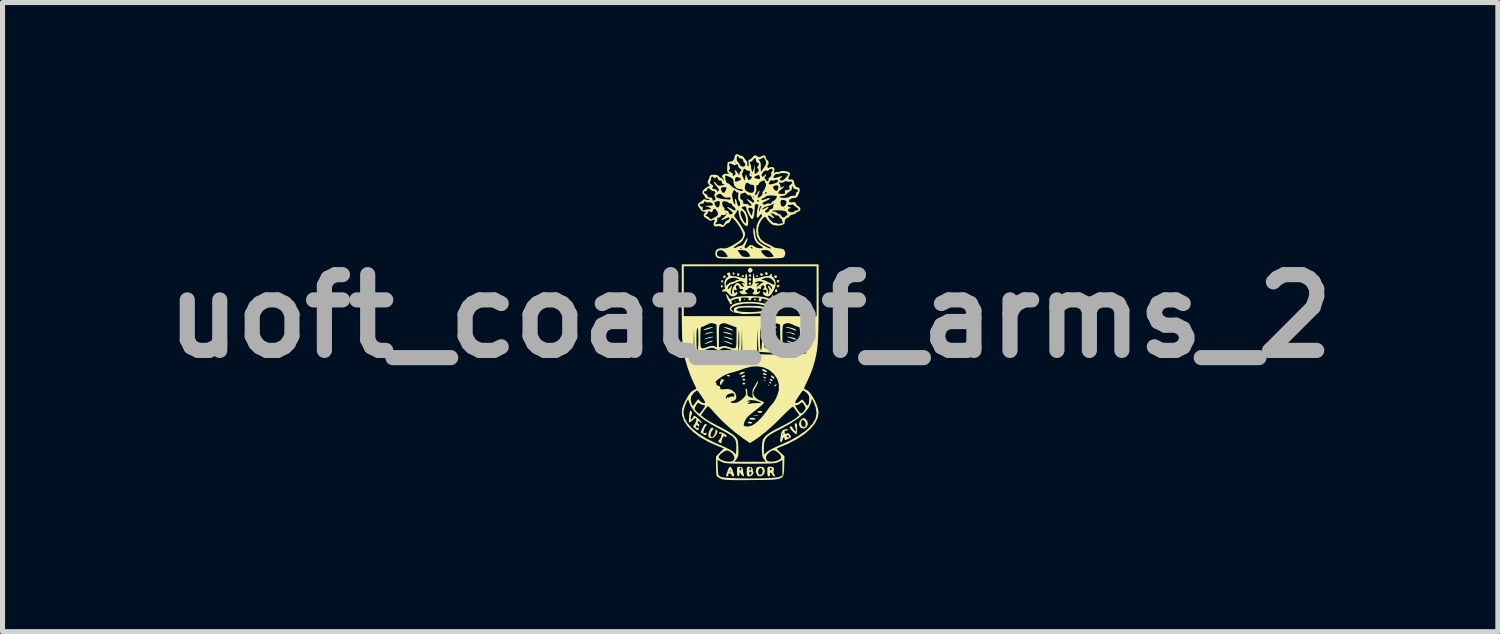
<source format=kicad_pcb>
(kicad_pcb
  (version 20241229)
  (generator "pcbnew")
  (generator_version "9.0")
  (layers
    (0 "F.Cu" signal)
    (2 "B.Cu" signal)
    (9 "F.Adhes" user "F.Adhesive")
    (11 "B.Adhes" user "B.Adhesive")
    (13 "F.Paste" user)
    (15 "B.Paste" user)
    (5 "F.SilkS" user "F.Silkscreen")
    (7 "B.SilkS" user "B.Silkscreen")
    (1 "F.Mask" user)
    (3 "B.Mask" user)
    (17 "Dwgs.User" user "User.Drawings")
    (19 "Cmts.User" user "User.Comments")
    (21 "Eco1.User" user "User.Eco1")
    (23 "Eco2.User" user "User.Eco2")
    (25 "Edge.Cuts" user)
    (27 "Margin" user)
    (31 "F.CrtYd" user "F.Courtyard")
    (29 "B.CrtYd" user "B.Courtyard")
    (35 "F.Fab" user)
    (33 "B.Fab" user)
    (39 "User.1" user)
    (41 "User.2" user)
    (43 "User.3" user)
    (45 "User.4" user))
  (footprint "uoft_coat_of_arms_2"
    (layer "F.Cu")
    (at 11.8 3.208)
    (property "Reference" "uoft_coat_of_arms_2" (at 0 0 0) (layer "F.Fab") (effects (font (size 1.5 1.5) (thickness 0.3))))
    (attr board_only exclude_from_pos_files exclude_from_bom)
    (fp_poly (pts (xy -0.297 -0.303) (xy -0.294 -0.28) (xy -0.297 -0.277) (xy -0.308 -0.28) (xy -0.31 -0.29) (xy -0.302 -0.306)) (stroke (width 0) (type solid)) (fill yes) (layer "F.SilkS"))
    (fp_poly (pts (xy -0.103 -0.342) (xy -0.101 -0.319) (xy -0.103 -0.316) (xy -0.115 -0.319) (xy -0.116 -0.329) (xy -0.109 -0.345)) (stroke (width 0) (type solid)) (fill yes) (layer "F.SilkS"))
    (fp_poly (pts (xy 0.303 -0.303) (xy 0.3 -0.292) (xy 0.29 -0.29) (xy 0.274 -0.297) (xy 0.277 -0.303) (xy 0.3 -0.305)) (stroke (width 0) (type solid)) (fill yes) (layer "F.SilkS"))
    (fp_poly (pts (xy 0.304 1.265) (xy 0.299 1.274) (xy 0.279 1.275) (xy 0.258 1.271) (xy 0.267 1.264) (xy 0.297 1.261)) (stroke (width 0) (type solid)) (fill yes) (layer "F.SilkS"))
    (fp_poly (pts (xy 0.38 1.361) (xy 0.378 1.372) (xy 0.368 1.373) (xy 0.352 1.366) (xy 0.355 1.361) (xy 0.378 1.358)) (stroke (width 0) (type solid)) (fill yes) (layer "F.SilkS"))
    (fp_poly (pts (xy -0.54 -0.702) (xy -0.53 -0.678) (xy -0.539 -0.669) (xy -0.565 -0.671) (xy -0.571 -0.678) (xy -0.576 -0.706) (xy -0.557 -0.713)) (stroke (width 0) (type solid)) (fill yes) (layer "F.SilkS"))
    (fp_poly (pts (xy -0.484 -0.785) (xy -0.499 -0.758) (xy -0.514 -0.754) (xy -0.537 -0.766) (xy -0.537 -0.777) (xy -0.518 -0.803) (xy -0.495 -0.806)) (stroke (width 0) (type solid)) (fill yes) (layer "F.SilkS"))
    (fp_poly (pts (xy 0.019 -0.65) (xy 0.004 -0.623) (xy -0.011 -0.619) (xy -0.034 -0.63) (xy -0.034 -0.642) (xy -0.015 -0.668) (xy 0.008 -0.671)) (stroke (width 0) (type solid)) (fill yes) (layer "F.SilkS"))
    (fp_poly (pts (xy 0.518 1.364) (xy 0.499 1.386) (xy 0.482 1.393) (xy 0.477 1.382) (xy 0.488 1.366) (xy 0.511 1.346) (xy 0.519 1.345)) (stroke (width 0) (type solid)) (fill yes) (layer "F.SilkS"))
    (fp_poly (pts (xy -0.54 -0.595) (xy -0.539 -0.59) (xy -0.554 -0.567) (xy -0.56 -0.565) (xy -0.577 -0.574) (xy -0.58 -0.59) (xy -0.571 -0.614) (xy -0.56 -0.615)) (stroke (width 0) (type solid)) (fill yes) (layer "F.SilkS"))
    (fp_poly (pts (xy -0.421 1.164) (xy -0.397 1.179) (xy -0.397 1.179) (xy -0.404 1.192) (xy -0.425 1.194) (xy -0.457 1.185) (xy -0.464 1.176) (xy -0.45 1.162)) (stroke (width 0) (type solid)) (fill yes) (layer "F.SilkS"))
    (fp_poly (pts (xy -0.307 -0.847) (xy -0.307 -0.842) (xy -0.322 -0.819) (xy -0.327 -0.816) (xy -0.345 -0.826) (xy -0.348 -0.842) (xy -0.338 -0.866) (xy -0.327 -0.867)) (stroke (width 0) (type solid)) (fill yes) (layer "F.SilkS"))
    (fp_poly (pts (xy -0.215 -0.835) (xy -0.213 -0.822) (xy -0.225 -0.795) (xy -0.251 -0.8) (xy -0.257 -0.806) (xy -0.261 -0.83) (xy -0.242 -0.849) (xy -0.231 -0.851)) (stroke (width 0) (type solid)) (fill yes) (layer "F.SilkS"))
    (fp_poly (pts (xy -0.122 -0.8) (xy -0.12 -0.795) (xy -0.129 -0.777) (xy -0.145 -0.774) (xy -0.169 -0.784) (xy -0.17 -0.795) (xy -0.15 -0.815) (xy -0.145 -0.815)) (stroke (width 0) (type solid)) (fill yes) (layer "F.SilkS"))
    (fp_poly (pts (xy -0.1 1.249) (xy -0.097 1.257) (xy -0.112 1.275) (xy -0.126 1.277) (xy -0.151 1.266) (xy -0.155 1.257) (xy -0.139 1.24) (xy -0.126 1.238)) (stroke (width 0) (type solid)) (fill yes) (layer "F.SilkS"))
    (fp_poly (pts (xy -0.1 1.326) (xy -0.097 1.335) (xy -0.112 1.352) (xy -0.126 1.354) (xy -0.151 1.344) (xy -0.155 1.335) (xy -0.139 1.318) (xy -0.126 1.315)) (stroke (width 0) (type solid)) (fill yes) (layer "F.SilkS"))
    (fp_poly (pts (xy 0.017 -0.816) (xy 0.019 -0.803) (xy 0.007 -0.776) (xy -0.019 -0.781) (xy -0.025 -0.786) (xy -0.029 -0.81) (xy -0.01 -0.83) (xy 0.001 -0.832)) (stroke (width 0) (type solid)) (fill yes) (layer "F.SilkS"))
    (fp_poly (pts (xy 0.017 -0.739) (xy 0.019 -0.725) (xy 0.007 -0.699) (xy -0.019 -0.704) (xy -0.025 -0.709) (xy -0.029 -0.733) (xy -0.01 -0.752) (xy 0.001 -0.754)) (stroke (width 0) (type solid)) (fill yes) (layer "F.SilkS"))
    (fp_poly (pts (xy 0.026 2.096) (xy 0.039 2.109) (xy 0.023 2.124) (xy 0.001 2.128) (xy -0.036 2.119) (xy -0.048 2.109) (xy -0.042 2.094) (xy -0.011 2.089)) (stroke (width 0) (type solid)) (fill yes) (layer "F.SilkS"))
    (fp_poly (pts (xy 0.116 -0.333) (xy 0.116 -0.329) (xy 0.101 -0.31) (xy 0.097 -0.31) (xy 0.078 -0.324) (xy 0.077 -0.329) (xy 0.092 -0.348) (xy 0.097 -0.348)) (stroke (width 0) (type solid)) (fill yes) (layer "F.SilkS"))
    (fp_poly (pts (xy 0.154 -0.798) (xy 0.155 -0.793) (xy 0.14 -0.774) (xy 0.135 -0.774) (xy 0.117 -0.789) (xy 0.116 -0.793) (xy 0.131 -0.812) (xy 0.135 -0.812)) (stroke (width 0) (type solid)) (fill yes) (layer "F.SilkS"))
    (fp_poly (pts (xy 0.16 1.96) (xy 0.169 1.964) (xy 0.144 1.967) (xy 0.116 1.968) (xy 0.074 1.966) (xy 0.063 1.963) (xy 0.073 1.96) (xy 0.129 1.956)) (stroke (width 0) (type solid)) (fill yes) (layer "F.SilkS"))
    (fp_poly (pts (xy 0.248 -0.836) (xy 0.251 -0.822) (xy 0.24 -0.796) (xy 0.213 -0.8) (xy 0.206 -0.806) (xy 0.194 -0.834) (xy 0.214 -0.851) (xy 0.222 -0.851)) (stroke (width 0) (type solid)) (fill yes) (layer "F.SilkS"))
    (fp_poly (pts (xy 0.3 1.135) (xy 0.309 1.141) (xy 0.329 1.16) (xy 0.315 1.169) (xy 0.285 1.165) (xy 0.257 1.151) (xy 0.251 1.14) (xy 0.264 1.123)) (stroke (width 0) (type solid)) (fill yes) (layer "F.SilkS"))
    (fp_poly (pts (xy 0.304 1.209) (xy 0.31 1.219) (xy 0.307 1.236) (xy 0.29 1.231) (xy 0.271 1.219) (xy 0.253 1.204) (xy 0.271 1.2) (xy 0.276 1.2)) (stroke (width 0) (type solid)) (fill yes) (layer "F.SilkS"))
    (fp_poly (pts (xy 0.345 -0.855) (xy 0.348 -0.842) (xy 0.336 -0.815) (xy 0.31 -0.82) (xy 0.303 -0.825) (xy 0.291 -0.854) (xy 0.311 -0.87) (xy 0.319 -0.871)) (stroke (width 0) (type solid)) (fill yes) (layer "F.SilkS"))
    (fp_poly (pts (xy 0.412 1.31) (xy 0.416 1.315) (xy 0.415 1.333) (xy 0.409 1.335) (xy 0.381 1.321) (xy 0.377 1.315) (xy 0.378 1.298) (xy 0.385 1.296)) (stroke (width 0) (type solid)) (fill yes) (layer "F.SilkS"))
    (fp_poly (pts (xy 0.429 1.254) (xy 0.445 1.278) (xy 0.443 1.285) (xy 0.422 1.284) (xy 0.406 1.277) (xy 0.389 1.255) (xy 0.393 1.245) (xy 0.416 1.244)) (stroke (width 0) (type solid)) (fill yes) (layer "F.SilkS"))
    (fp_poly (pts (xy 0.445 1.185) (xy 0.476 1.211) (xy 0.483 1.232) (xy 0.468 1.238) (xy 0.442 1.226) (xy 0.429 1.215) (xy 0.408 1.184) (xy 0.414 1.172)) (stroke (width 0) (type solid)) (fill yes) (layer "F.SilkS"))
    (fp_poly (pts (xy 0.523 -0.803) (xy 0.533 -0.78) (xy 0.518 -0.759) (xy 0.503 -0.754) (xy 0.478 -0.768) (xy 0.475 -0.772) (xy 0.476 -0.795) (xy 0.499 -0.808)) (stroke (width 0) (type solid)) (fill yes) (layer "F.SilkS"))
    (fp_poly (pts (xy 0.532 -0.522) (xy 0.533 -0.49) (xy 0.527 -0.48) (xy 0.503 -0.473) (xy 0.493 -0.484) (xy 0.492 -0.516) (xy 0.499 -0.526) (xy 0.522 -0.533)) (stroke (width 0) (type solid)) (fill yes) (layer "F.SilkS"))
    (fp_poly (pts (xy 0.577 -0.706) (xy 0.58 -0.698) (xy 0.568 -0.672) (xy 0.543 -0.666) (xy 0.535 -0.671) (xy 0.523 -0.699) (xy 0.544 -0.715) (xy 0.551 -0.716)) (stroke (width 0) (type solid)) (fill yes) (layer "F.SilkS"))
    (fp_poly (pts (xy 0.577 -0.609) (xy 0.58 -0.601) (xy 0.568 -0.576) (xy 0.543 -0.57) (xy 0.535 -0.574) (xy 0.523 -0.603) (xy 0.544 -0.618) (xy 0.551 -0.619)) (stroke (width 0) (type solid)) (fill yes) (layer "F.SilkS"))
    (fp_poly (pts (xy -0.105 1.109) (xy -0.126 1.126) (xy -0.135 1.132) (xy -0.185 1.156) (xy -0.209 1.156) (xy -0.213 1.143) (xy -0.196 1.122) (xy -0.155 1.107) (xy -0.119 1.103)) (stroke (width 0) (type solid)) (fill yes) (layer "F.SilkS"))
    (fp_poly (pts (xy -0.1 1.17) (xy -0.099 1.171) (xy -0.103 1.189) (xy -0.117 1.2) (xy -0.156 1.217) (xy -0.174 1.207) (xy -0.174 1.201) (xy -0.158 1.181) (xy -0.126 1.168)) (stroke (width 0) (type solid)) (fill yes) (layer "F.SilkS"))
    (fp_poly (pts (xy 0.275 1.055) (xy 0.307 1.072) (xy 0.336 1.095) (xy 0.333 1.108) (xy 0.303 1.107) (xy 0.276 1.097) (xy 0.242 1.076) (xy 0.232 1.061) (xy 0.242 1.046)) (stroke (width 0) (type solid)) (fill yes) (layer "F.SilkS"))
    (fp_poly (pts (xy 0.082 2.018) (xy 0.106 2.031) (xy 0.098 2.044) (xy 0.059 2.05) (xy 0.05 2.051) (xy 0.004 2.046) (xy -0.019 2.034) (xy -0.019 2.031) (xy -0.003 2.018) (xy 0.038 2.012)) (stroke (width 0) (type solid)) (fill yes) (layer "F.SilkS"))
    (fp_poly (pts (xy 0.233 1.882) (xy 0.242 1.895) (xy 0.242 1.896) (xy 0.214 1.912) (xy 0.193 1.915) (xy 0.157 1.906) (xy 0.145 1.896) (xy 0.153 1.882) (xy 0.191 1.876) (xy 0.193 1.876)) (stroke (width 0) (type solid)) (fill yes) (layer "F.SilkS"))
    (fp_poly (pts (xy -0.736 0.491) (xy -0.76 0.505) (xy -0.783 0.515) (xy -0.851 0.539) (xy -0.893 0.551) (xy -0.906 0.55) (xy -0.887 0.537) (xy -0.861 0.523) (xy -0.804 0.499) (xy -0.756 0.486) (xy -0.745 0.485)) (stroke (width 0) (type solid)) (fill yes) (layer "F.SilkS"))
    (fp_poly (pts (xy -0.73 0.315) (xy -0.739 0.322) (xy -0.774 0.332) (xy -0.847 0.351) (xy -0.892 0.359) (xy -0.905 0.358) (xy -0.885 0.346) (xy -0.871 0.34) (xy -0.812 0.321) (xy -0.759 0.313) (xy -0.754 0.313)) (stroke (width 0) (type solid)) (fill yes) (layer "F.SilkS"))
    (fp_poly (pts (xy -0.473 0.317) (xy -0.411 0.333) (xy -0.397 0.338) (xy -0.358 0.354) (xy -0.352 0.362) (xy -0.374 0.362) (xy -0.42 0.354) (xy -0.484 0.338) (xy -0.53 0.322) (xy -0.54 0.314) (xy -0.522 0.311)) (stroke (width 0) (type solid)) (fill yes) (layer "F.SilkS"))
    (fp_poly (pts (xy 0.522 0.491) (xy 0.498 0.505) (xy 0.474 0.515) (xy 0.406 0.539) (xy 0.365 0.551) (xy 0.352 0.55) (xy 0.371 0.537) (xy 0.397 0.523) (xy 0.453 0.499) (xy 0.501 0.486) (xy 0.513 0.485)) (stroke (width 0) (type solid)) (fill yes) (layer "F.SilkS"))
    (fp_poly (pts (xy 0.528 0.315) (xy 0.518 0.322) (xy 0.484 0.332) (xy 0.41 0.351) (xy 0.366 0.359) (xy 0.352 0.358) (xy 0.372 0.346) (xy 0.387 0.34) (xy 0.446 0.321) (xy 0.499 0.313) (xy 0.503 0.313)) (stroke (width 0) (type solid)) (fill yes) (layer "F.SilkS"))
    (fp_poly (pts (xy -0.757 0.408) (xy -0.729 0.411) (xy -0.734 0.416) (xy -0.774 0.426) (xy -0.835 0.441) (xy -0.889 0.454) (xy -0.89 0.454) (xy -0.91 0.457) (xy -0.894 0.446) (xy -0.873 0.436) (xy -0.815 0.416) (xy -0.76 0.408)) (stroke (width 0) (type solid)) (fill yes) (layer "F.SilkS"))
    (fp_poly (pts (xy -0.736 0.216) (xy -0.742 0.224) (xy -0.777 0.239) (xy -0.822 0.254) (xy -0.879 0.269) (xy -0.918 0.275) (xy -0.929 0.273) (xy -0.912 0.26) (xy -0.871 0.244) (xy -0.819 0.228) (xy -0.77 0.217) (xy -0.738 0.215)) (stroke (width 0) (type solid)) (fill yes) (layer "F.SilkS"))
    (fp_poly (pts (xy -0.488 0.493) (xy -0.434 0.511) (xy -0.406 0.522) (xy -0.362 0.543) (xy -0.344 0.556) (xy -0.348 0.558) (xy -0.383 0.55) (xy -0.436 0.532) (xy -0.464 0.521) (xy -0.508 0.501) (xy -0.527 0.488) (xy -0.522 0.486)) (stroke (width 0) (type solid)) (fill yes) (layer "F.SilkS"))
    (fp_poly (pts (xy 0.02 -0.95) (xy 0.03 -0.94) (xy 0.051 -0.913) (xy 0.04 -0.889) (xy 0.032 -0.88) (xy 0.004 -0.856) (xy -0.014 -0.86) (xy -0.035 -0.881) (xy -0.05 -0.909) (xy -0.033 -0.937) (xy -0.03 -0.94) (xy -0.003 -0.96)) (stroke (width 0) (type solid)) (fill yes) (layer "F.SilkS"))
    (fp_poly (pts (xy 0.5 0.408) (xy 0.529 0.411) (xy 0.523 0.416) (xy 0.484 0.426) (xy 0.422 0.441) (xy 0.368 0.454) (xy 0.368 0.454) (xy 0.348 0.457) (xy 0.364 0.446) (xy 0.384 0.436) (xy 0.443 0.416) (xy 0.497 0.408)) (stroke (width 0) (type solid)) (fill yes) (layer "F.SilkS"))
    (fp_poly (pts (xy 0.532 0.216) (xy 0.519 0.225) (xy 0.478 0.24) (xy 0.434 0.254) (xy 0.377 0.269) (xy 0.339 0.275) (xy 0.329 0.272) (xy 0.346 0.261) (xy 0.387 0.246) (xy 0.439 0.231) (xy 0.49 0.219) (xy 0.524 0.214)) (stroke (width 0) (type solid)) (fill yes) (layer "F.SilkS"))
    (fp_poly (pts (xy 0.766 0.493) (xy 0.824 0.512) (xy 0.851 0.522) (xy 0.898 0.544) (xy 0.912 0.555) (xy 0.896 0.555) (xy 0.854 0.544) (xy 0.79 0.523) (xy 0.783 0.521) (xy 0.738 0.502) (xy 0.718 0.489) (xy 0.725 0.486)) (stroke (width 0) (type solid)) (fill yes) (layer "F.SilkS"))
    (fp_poly (pts (xy -0.46 0.225) (xy -0.423 0.235) (xy -0.376 0.253) (xy -0.35 0.27) (xy -0.348 0.274) (xy -0.352 0.289) (xy -0.353 0.288) (xy -0.372 0.281) (xy -0.417 0.265) (xy -0.455 0.251) (xy -0.507 0.229) (xy -0.524 0.216) (xy -0.508 0.215)) (stroke (width 0) (type solid)) (fill yes) (layer "F.SilkS"))
    (fp_poly (pts (xy 0.786 0.318) (xy 0.845 0.334) (xy 0.852 0.337) (xy 0.887 0.355) (xy 0.895 0.366) (xy 0.89 0.367) (xy 0.849 0.357) (xy 0.832 0.348) (xy 0.792 0.333) (xy 0.745 0.326) (xy 0.708 0.324) (xy 0.709 0.32) (xy 0.736 0.315)) (stroke (width 0) (type solid)) (fill yes) (layer "F.SilkS"))
    (fp_poly (pts (xy -0.447 0.415) (xy -0.388 0.433) (xy -0.384 0.435) (xy -0.347 0.453) (xy -0.344 0.462) (xy -0.359 0.464) (xy -0.398 0.459) (xy -0.412 0.452) (xy -0.437 0.44) (xy -0.483 0.426) (xy -0.487 0.425) (xy -0.527 0.415) (xy -0.53 0.41) (xy -0.5 0.408)) (stroke (width 0) (type solid)) (fill yes) (layer "F.SilkS"))
    (fp_poly (pts (xy 0.81 0.415) (xy 0.87 0.433) (xy 0.873 0.435) (xy 0.911 0.453) (xy 0.913 0.462) (xy 0.898 0.464) (xy 0.86 0.459) (xy 0.846 0.452) (xy 0.82 0.44) (xy 0.774 0.426) (xy 0.77 0.425) (xy 0.731 0.415) (xy 0.727 0.41) (xy 0.757 0.408)) (stroke (width 0) (type solid)) (fill yes) (layer "F.SilkS"))
    (fp_poly (pts (xy 0.794 0.226) (xy 0.847 0.24) (xy 0.89 0.257) (xy 0.909 0.272) (xy 0.909 0.273) (xy 0.908 0.285) (xy 0.899 0.287) (xy 0.872 0.277) (xy 0.834 0.26) (xy 0.779 0.241) (xy 0.731 0.231) (xy 0.728 0.231) (xy 0.705 0.226) (xy 0.712 0.219) (xy 0.745 0.217)) (stroke (width 0) (type solid)) (fill yes) (layer "F.SilkS"))
    (fp_poly (pts (xy -0.58 1.244) (xy -0.574 1.246) (xy -0.533 1.256) (xy -0.517 1.257) (xy -0.512 1.267) (xy -0.527 1.282) (xy -0.556 1.319) (xy -0.564 1.341) (xy -0.576 1.364) (xy -0.585 1.362) (xy -0.599 1.332) (xy -0.596 1.297) (xy -0.579 1.277) (xy -0.576 1.276) (xy -0.565 1.269) (xy -0.58 1.255) (xy -0.597 1.241)) (stroke (width 0) (type solid)) (fill yes) (layer "F.SilkS"))
    (fp_poly (pts (xy -0.869 2.137) (xy -0.861 2.147) (xy -0.861 2.165) (xy -0.867 2.167) (xy -0.884 2.183) (xy -0.904 2.221) (xy -0.921 2.268) (xy -0.929 2.306) (xy -0.929 2.306) (xy -0.913 2.316) (xy -0.89 2.312) (xy -0.862 2.308) (xy -0.862 2.328) (xy -0.863 2.33) (xy -0.878 2.354) (xy -0.9 2.354) (xy -0.942 2.329) (xy -0.942 2.328) (xy -0.984 2.299) (xy -0.943 2.213) (xy -0.912 2.155) (xy -0.888 2.131)) (stroke (width 0) (type solid)) (fill yes) (layer "F.SilkS"))
    (fp_poly (pts (xy 0.925 2.14) (xy 0.928 2.188) (xy 0.929 2.225) (xy 0.926 2.286) (xy 0.92 2.328) (xy 0.913 2.341) (xy 0.892 2.328) (xy 0.854 2.295) (xy 0.831 2.272) (xy 0.793 2.229) (xy 0.78 2.204) (xy 0.79 2.188) (xy 0.793 2.186) (xy 0.821 2.182) (xy 0.834 2.202) (xy 0.859 2.242) (xy 0.881 2.264) (xy 0.905 2.281) (xy 0.91 2.269) (xy 0.905 2.244) (xy 0.892 2.194) (xy 0.882 2.164) (xy 0.883 2.132) (xy 0.898 2.121) (xy 0.915 2.121)) (stroke (width 0) (type solid)) (fill yes) (layer "F.SilkS"))
    (fp_poly (pts (xy 0.255 2.989) (xy 0.283 3.022) (xy 0.29 3.076) (xy 0.276 3.123) (xy 0.24 3.157) (xy 0.195 3.171) (xy 0.154 3.161) (xy 0.141 3.148) (xy 0.111 3.086) (xy 0.113 3.064) (xy 0.158 3.064) (xy 0.161 3.11) (xy 0.177 3.136) (xy 0.211 3.139) (xy 0.238 3.114) (xy 0.248 3.07) (xy 0.248 3.058) (xy 0.231 3.017) (xy 0.202 3.005) (xy 0.174 3.022) (xy 0.158 3.064) (xy 0.113 3.064) (xy 0.118 3.023) (xy 0.14 2.991) (xy 0.183 2.98) (xy 0.2 2.979)) (stroke (width 0) (type solid)) (fill yes) (layer "F.SilkS"))
    (fp_poly (pts (xy -0.726 2.223) (xy -0.725 2.225) (xy -0.726 2.243) (xy -0.732 2.244) (xy -0.751 2.26) (xy -0.772 2.299) (xy -0.773 2.301) (xy -0.786 2.355) (xy -0.776 2.39) (xy -0.754 2.399) (xy -0.732 2.383) (xy -0.708 2.345) (xy -0.691 2.3) (xy -0.687 2.266) (xy -0.689 2.26) (xy -0.688 2.246) (xy -0.676 2.248) (xy -0.649 2.267) (xy -0.649 2.3) (xy -0.677 2.355) (xy -0.72 2.404) (xy -0.77 2.415) (xy -0.808 2.405) (xy -0.829 2.381) (xy -0.827 2.331) (xy -0.809 2.27) (xy -0.782 2.222) (xy -0.753 2.205)) (stroke (width 0) (type solid)) (fill yes) (layer "F.SilkS"))
    (fp_poly (pts (xy 1.078 2.022) (xy 1.103 2.041) (xy 1.136 2.09) (xy 1.141 2.144) (xy 1.122 2.191) (xy 1.082 2.22) (xy 1.054 2.225) (xy 1.01 2.214) (xy 0.99 2.201) (xy 0.968 2.155) (xy 0.969 2.135) (xy 1.008 2.135) (xy 1.024 2.176) (xy 1.029 2.182) (xy 1.063 2.2) (xy 1.088 2.182) (xy 1.099 2.144) (xy 1.092 2.1) (xy 1.069 2.067) (xy 1.038 2.055) (xy 1.026 2.06) (xy 1.009 2.09) (xy 1.008 2.135) (xy 0.969 2.135) (xy 0.972 2.099) (xy 1.002 2.05) (xy 1.016 2.039) (xy 1.053 2.018)) (stroke (width 0) (type solid)) (fill yes) (layer "F.SilkS"))
    (fp_poly (pts (xy -0.542 2.311) (xy -0.5 2.335) (xy -0.47 2.361) (xy -0.464 2.373) (xy -0.475 2.396) (xy -0.497 2.392) (xy -0.508 2.375) (xy -0.521 2.373) (xy -0.541 2.4) (xy -0.546 2.408) (xy -0.563 2.455) (xy -0.567 2.489) (xy -0.566 2.491) (xy -0.569 2.512) (xy -0.595 2.509) (xy -0.617 2.497) (xy -0.634 2.479) (xy -0.621 2.456) (xy -0.613 2.448) (xy -0.587 2.416) (xy -0.58 2.399) (xy -0.574 2.368) (xy -0.567 2.349) (xy -0.564 2.324) (xy -0.587 2.327) (xy -0.615 2.328) (xy -0.616 2.308) (xy -0.607 2.297) (xy -0.583 2.296)) (stroke (width 0) (type solid)) (fill yes) (layer "F.SilkS"))
    (fp_poly (pts (xy -0.203 2.983) (xy -0.161 2.993) (xy -0.145 3.02) (xy -0.143 3.047) (xy -0.137 3.101) (xy -0.126 3.139) (xy -0.122 3.167) (xy -0.137 3.17) (xy -0.163 3.15) (xy -0.18 3.129) (xy -0.211 3.086) (xy -0.212 3.129) (xy -0.222 3.163) (xy -0.237 3.173) (xy -0.254 3.154) (xy -0.261 3.1) (xy -0.261 3.075) (xy -0.26 3.027) (xy -0.213 3.027) (xy -0.202 3.053) (xy -0.193 3.057) (xy -0.176 3.041) (xy -0.174 3.027) (xy -0.185 3.002) (xy -0.193 2.998) (xy -0.211 3.014) (xy -0.213 3.027) (xy -0.26 3.027) (xy -0.26 3.018) (xy -0.253 2.99) (xy -0.234 2.981)) (stroke (width 0) (type solid)) (fill yes) (layer "F.SilkS"))
    (fp_poly (pts (xy -0.377 2.996) (xy -0.355 3.037) (xy -0.35 3.052) (xy -0.332 3.105) (xy -0.318 3.144) (xy -0.316 3.148) (xy -0.322 3.169) (xy -0.337 3.173) (xy -0.364 3.158) (xy -0.368 3.144) (xy -0.384 3.12) (xy -0.406 3.115) (xy -0.433 3.124) (xy -0.433 3.144) (xy -0.436 3.168) (xy -0.454 3.173) (xy -0.477 3.162) (xy -0.477 3.148) (xy -0.465 3.115) (xy -0.447 3.065) (xy -0.405 3.065) (xy -0.401 3.09) (xy -0.395 3.09) (xy -0.39 3.064) (xy -0.393 3.053) (xy -0.402 3.046) (xy -0.405 3.065) (xy -0.447 3.065) (xy -0.447 3.064) (xy -0.443 3.052) (xy -0.423 3.006) (xy -0.402 2.981) (xy -0.397 2.979)) (stroke (width 0) (type solid)) (fill yes) (layer "F.SilkS"))
    (fp_poly (pts (xy 0.451 2.99) (xy 0.474 3.019) (xy 0.463 3.058) (xy 0.46 3.097) (xy 0.475 3.129) (xy 0.493 3.161) (xy 0.488 3.172) (xy 0.476 3.173) (xy 0.448 3.156) (xy 0.435 3.134) (xy 0.417 3.103) (xy 0.403 3.095) (xy 0.391 3.111) (xy 0.393 3.134) (xy 0.391 3.165) (xy 0.371 3.173) (xy 0.351 3.165) (xy 0.341 3.135) (xy 0.339 3.076) (xy 0.34 3.027) (xy 0.387 3.027) (xy 0.397 3.052) (xy 0.408 3.053) (xy 0.428 3.033) (xy 0.428 3.027) (xy 0.413 3.005) (xy 0.408 3.002) (xy 0.39 3.012) (xy 0.387 3.027) (xy 0.34 3.027) (xy 0.34 3.019) (xy 0.348 2.99) (xy 0.368 2.98) (xy 0.399 2.979)) (stroke (width 0) (type solid)) (fill yes) (layer "F.SilkS"))
    (fp_poly (pts (xy -0.01 2.983) (xy 0.034 2.995) (xy 0.048 3.022) (xy 0.048 3.027) (xy 0.055 3.071) (xy 0.063 3.089) (xy 0.063 3.119) (xy 0.038 3.149) (xy -0.003 3.169) (xy -0.026 3.173) (xy -0.051 3.168) (xy -0.063 3.15) (xy -0.067 3.117) (xy -0.019 3.117) (xy -0.015 3.145) (xy 0.003 3.139) (xy 0.009 3.134) (xy 0.029 3.107) (xy 0.028 3.093) (xy 0.004 3.076) (xy -0.015 3.091) (xy -0.019 3.117) (xy -0.067 3.117) (xy -0.068 3.106) (xy -0.068 3.075) (xy -0.067 3.027) (xy -0.019 3.027) (xy -0.009 3.053) (xy 0 3.057) (xy 0.017 3.041) (xy 0.019 3.027) (xy 0.009 3.002) (xy 0 2.998) (xy -0.017 3.014) (xy -0.019 3.027) (xy -0.067 3.027) (xy -0.067 3.018) (xy -0.059 2.99) (xy -0.04 2.981)) (stroke (width 0) (type solid)) (fill yes) (layer "F.SilkS"))
    (fp_poly (pts (xy 0.742 2.243) (xy 0.747 2.259) (xy 0.72 2.263) (xy 0.686 2.274) (xy 0.677 2.291) (xy 0.688 2.323) (xy 0.71 2.333) (xy 0.726 2.32) (xy 0.747 2.315) (xy 0.776 2.338) (xy 0.805 2.373) (xy 0.806 2.395) (xy 0.776 2.417) (xy 0.755 2.427) (xy 0.709 2.45) (xy 0.688 2.454) (xy 0.683 2.441) (xy 0.684 2.433) (xy 0.674 2.403) (xy 0.667 2.399) (xy 0.652 2.408) (xy 0.642 2.442) (xy 0.63 2.481) (xy 0.611 2.496) (xy 0.593 2.479) (xy 0.592 2.452) (xy 0.603 2.378) (xy 0.719 2.378) (xy 0.729 2.396) (xy 0.745 2.399) (xy 0.769 2.389) (xy 0.77 2.378) (xy 0.75 2.358) (xy 0.745 2.357) (xy 0.722 2.372) (xy 0.719 2.378) (xy 0.603 2.378) (xy 0.605 2.367) (xy 0.61 2.341) (xy 0.638 2.341) (xy 0.645 2.357) (xy 0.651 2.354) (xy 0.654 2.331) (xy 0.651 2.328) (xy 0.64 2.331) (xy 0.638 2.341) (xy 0.61 2.341) (xy 0.616 2.312) (xy 0.629 2.279) (xy 0.646 2.259) (xy 0.671 2.246) (xy 0.718 2.233)) (stroke (width 0) (type solid)) (fill yes) (layer "F.SilkS"))
    (fp_poly (pts (xy -1.166 1.882) (xy -1.148 1.915) (xy -1.159 1.95) (xy -1.176 1.994) (xy -1.179 2.028) (xy -1.169 2.043) (xy -1.159 2.04) (xy -1.136 2.012) (xy -1.125 1.992) (xy -1.115 1.974) (xy -1.098 1.974) (xy -1.065 1.996) (xy -1.03 2.024) (xy -0.987 2.065) (xy -0.962 2.098) (xy -0.959 2.111) (xy -0.978 2.114) (xy -0.995 2.097) (xy -1.017 2.076) (xy -1.034 2.088) (xy -1.035 2.09) (xy -1.039 2.117) (xy -1.029 2.124) (xy -1.01 2.143) (xy -1.008 2.171) (xy -1.023 2.186) (xy -1.025 2.186) (xy -1.043 2.171) (xy -1.045 2.163) (xy -1.051 2.15) (xy -1.066 2.161) (xy -1.078 2.191) (xy -1.063 2.212) (xy -1.034 2.212) (xy -1.014 2.212) (xy -1.017 2.232) (xy -1.028 2.256) (xy -1.04 2.259) (xy -1.067 2.242) (xy -1.09 2.223) (xy -1.123 2.194) (xy -1.127 2.173) (xy -1.112 2.154) (xy -1.087 2.116) (xy -1.07 2.069) (xy -1.066 2.03) (xy -1.072 2.017) (xy -1.092 2.022) (xy -1.127 2.047) (xy -1.141 2.06) (xy -1.179 2.092) (xy -1.206 2.105) (xy -1.21 2.104) (xy -1.214 2.081) (xy -1.213 2.03) (xy -1.208 1.974) (xy -1.199 1.91) (xy -1.191 1.878) (xy -1.179 1.872)) (stroke (width 0) (type solid)) (fill yes) (layer "F.SilkS"))
    (fp_poly (pts (xy -0.462 -0.431) (xy -0.438 -0.397) (xy -0.434 -0.39) (xy -0.4 -0.333) (xy -0.331 -0.365) (xy -0.274 -0.38) (xy -0.188 -0.391) (xy -0.085 -0.396) (xy 0.026 -0.397) (xy 0.135 -0.393) (xy 0.231 -0.384) (xy 0.304 -0.371) (xy 0.322 -0.365) (xy 0.372 -0.347) (xy 0.399 -0.346) (xy 0.415 -0.362) (xy 0.425 -0.383) (xy 0.444 -0.419) (xy 0.454 -0.422) (xy 0.454 -0.399) (xy 0.442 -0.353) (xy 0.431 -0.322) (xy 0.407 -0.27) (xy 0.384 -0.238) (xy 0.373 -0.232) (xy 0.35 -0.243) (xy 0.358 -0.27) (xy 0.369 -0.284) (xy 0.372 -0.303) (xy 0.341 -0.321) (xy 0.327 -0.326) (xy 0.266 -0.344) (xy 0.228 -0.347) (xy 0.22 -0.334) (xy 0.222 -0.33) (xy 0.22 -0.307) (xy 0.197 -0.295) (xy 0.173 -0.3) (xy 0.164 -0.322) (xy 0.176 -0.34) (xy 0.183 -0.357) (xy 0.167 -0.365) (xy 0.119 -0.368) (xy 0.109 -0.368) (xy 0.051 -0.364) (xy 0.023 -0.352) (xy 0.019 -0.339) (xy 0.004 -0.313) (xy -0.012 -0.31) (xy -0.034 -0.321) (xy -0.032 -0.339) (xy -0.032 -0.357) (xy -0.058 -0.366) (xy -0.105 -0.368) (xy -0.157 -0.366) (xy -0.18 -0.356) (xy -0.181 -0.335) (xy -0.18 -0.329) (xy -0.181 -0.298) (xy -0.203 -0.29) (xy -0.227 -0.301) (xy -0.225 -0.319) (xy -0.226 -0.343) (xy -0.256 -0.346) (xy -0.317 -0.33) (xy -0.327 -0.327) (xy -0.367 -0.308) (xy -0.373 -0.289) (xy -0.368 -0.281) (xy -0.358 -0.254) (xy -0.361 -0.245) (xy -0.39 -0.233) (xy -0.406 -0.253) (xy -0.406 -0.261) (xy -0.414 -0.287) (xy -0.421 -0.29) (xy -0.434 -0.306) (xy -0.451 -0.345) (xy -0.467 -0.391) (xy -0.476 -0.428) (xy -0.474 -0.441)) (stroke (width 0) (type solid)) (fill yes) (layer "F.SilkS"))
    (fp_poly (pts (xy 0.066 -0.281) (xy 0.174 -0.272) (xy 0.263 -0.255) (xy 0.294 -0.245) (xy 0.362 -0.208) (xy 0.397 -0.165) (xy 0.398 -0.122) (xy 0.365 -0.087) (xy 0.299 -0.066) (xy 0.286 -0.064) (xy 0.219 -0.057) (xy 0.137 -0.052) (xy 0.05 -0.047) (xy -0.034 -0.043) (xy -0.105 -0.042) (xy -0.155 -0.042) (xy -0.174 -0.045) (xy -0.198 -0.053) (xy -0.246 -0.061) (xy -0.265 -0.063) (xy -0.344 -0.081) (xy -0.391 -0.113) (xy -0.4 -0.14) (xy -0.377 -0.14) (xy -0.357 -0.115) (xy -0.327 -0.084) (xy -0.317 -0.083) (xy -0.322 -0.112) (xy -0.323 -0.114) (xy -0.323 -0.117) (xy -0.272 -0.117) (xy -0.237 -0.098) (xy -0.222 -0.094) (xy -0.152 -0.085) (xy -0.06 -0.081) (xy 0.039 -0.081) (xy 0.131 -0.086) (xy 0.204 -0.095) (xy 0.222 -0.1) (xy 0.3 -0.122) (xy 0.242 -0.147) (xy 0.196 -0.158) (xy 0.124 -0.166) (xy 0.035 -0.17) (xy -0.057 -0.171) (xy -0.142 -0.169) (xy -0.208 -0.162) (xy -0.228 -0.158) (xy -0.269 -0.138) (xy -0.272 -0.117) (xy -0.323 -0.117) (xy -0.322 -0.148) (xy -0.297 -0.172) (xy -0.245 -0.189) (xy -0.162 -0.199) (xy -0.045 -0.203) (xy -0.009 -0.203) (xy 0.096 -0.202) (xy 0.17 -0.199) (xy 0.221 -0.191) (xy 0.257 -0.18) (xy 0.278 -0.168) (xy 0.313 -0.14) (xy 0.317 -0.118) (xy 0.308 -0.105) (xy 0.297 -0.082) (xy 0.305 -0.077) (xy 0.337 -0.093) (xy 0.359 -0.129) (xy 0.361 -0.163) (xy 0.333 -0.189) (xy 0.275 -0.213) (xy 0.196 -0.232) (xy 0.103 -0.246) (xy 0.007 -0.251) (xy 0.001 -0.251) (xy -0.136 -0.245) (xy -0.243 -0.226) (xy -0.323 -0.195) (xy -0.341 -0.184) (xy -0.374 -0.16) (xy -0.377 -0.14) (xy -0.4 -0.14) (xy -0.404 -0.153) (xy -0.383 -0.196) (xy -0.325 -0.239) (xy -0.319 -0.241) (xy -0.252 -0.263) (xy -0.158 -0.276) (xy -0.048 -0.283)) (stroke (width 0) (type solid)) (fill yes) (layer "F.SilkS"))
    (fp_poly (pts (xy -0.397 -0.851) (xy -0.395 -0.82) (xy -0.391 -0.801) (xy -0.356 -0.793) (xy -0.343 -0.793) (xy -0.286 -0.787) (xy -0.215 -0.772) (xy -0.189 -0.765) (xy -0.134 -0.749) (xy -0.107 -0.747) (xy -0.098 -0.759) (xy -0.097 -0.783) (xy -0.089 -0.824) (xy -0.077 -0.842) (xy -0.066 -0.831) (xy -0.06 -0.785) (xy -0.058 -0.725) (xy -0.058 -0.597) (xy -0.005 -0.603) (xy 0.025 -0.609) (xy 0.041 -0.625) (xy 0.048 -0.656) (xy 0.097 -0.656) (xy 0.112 -0.645) (xy 0.14 -0.649) (xy 0.17 -0.657) (xy 0.17 -0.649) (xy 0.147 -0.622) (xy 0.127 -0.593) (xy 0.129 -0.58) (xy 0.129 -0.58) (xy 0.156 -0.593) (xy 0.184 -0.619) (xy 0.221 -0.649) (xy 0.25 -0.659) (xy 0.264 -0.664) (xy 0.242 -0.679) (xy 0.238 -0.681) (xy 0.194 -0.691) (xy 0.146 -0.688) (xy 0.109 -0.674) (xy 0.097 -0.656) (xy 0.048 -0.656) (xy 0.048 -0.659) (xy 0.05 -0.721) (xy 0.051 -0.727) (xy 0.228 -0.727) (xy 0.232 -0.718) (xy 0.237 -0.717) (xy 0.263 -0.714) (xy 0.294 -0.704) (xy 0.34 -0.682) (xy 0.397 -0.653) (xy 0.448 -0.628) (xy 0.474 -0.623) (xy 0.483 -0.637) (xy 0.484 -0.646) (xy 0.467 -0.689) (xy 0.428 -0.731) (xy 0.377 -0.758) (xy 0.368 -0.761) (xy 0.315 -0.76) (xy 0.261 -0.745) (xy 0.228 -0.727) (xy 0.051 -0.727) (xy 0.054 -0.777) (xy 0.06 -0.822) (xy 0.067 -0.849) (xy 0.073 -0.853) (xy 0.077 -0.826) (xy 0.077 -0.809) (xy 0.081 -0.768) (xy 0.098 -0.749) (xy 0.136 -0.751) (xy 0.19 -0.765) (xy 0.259 -0.782) (xy 0.323 -0.792) (xy 0.341 -0.793) (xy 0.385 -0.8) (xy 0.399 -0.817) (xy 0.409 -0.84) (xy 0.416 -0.842) (xy 0.43 -0.826) (xy 0.431 -0.808) (xy 0.436 -0.779) (xy 0.446 -0.774) (xy 0.466 -0.758) (xy 0.489 -0.719) (xy 0.492 -0.712) (xy 0.507 -0.644) (xy 0.493 -0.571) (xy 0.45 -0.484) (xy 0.435 -0.46) (xy 0.398 -0.412) (xy 0.365 -0.392) (xy 0.335 -0.391) (xy 0.292 -0.406) (xy 0.261 -0.434) (xy 0.252 -0.464) (xy 0.258 -0.477) (xy 0.279 -0.477) (xy 0.289 -0.467) (xy 0.304 -0.454) (xy 0.317 -0.474) (xy 0.327 -0.511) (xy 0.316 -0.522) (xy 0.29 -0.517) (xy 0.257 -0.515) (xy 0.256 -0.534) (xy 0.275 -0.557) (xy 0.287 -0.585) (xy 0.283 -0.592) (xy 0.31 -0.592) (xy 0.326 -0.554) (xy 0.338 -0.542) (xy 0.359 -0.502) (xy 0.357 -0.467) (xy 0.351 -0.432) (xy 0.356 -0.433) (xy 0.371 -0.461) (xy 0.384 -0.505) (xy 0.371 -0.543) (xy 0.351 -0.581) (xy 0.355 -0.598) (xy 0.368 -0.6) (xy 0.39 -0.584) (xy 0.404 -0.558) (xy 0.42 -0.533) (xy 0.431 -0.535) (xy 0.431 -0.566) (xy 0.408 -0.603) (xy 0.373 -0.631) (xy 0.347 -0.638) (xy 0.317 -0.624) (xy 0.31 -0.592) (xy 0.283 -0.592) (xy 0.276 -0.602) (xy 0.246 -0.614) (xy 0.221 -0.595) (xy 0.213 -0.557) (xy 0.208 -0.531) (xy 0.189 -0.537) (xy 0.187 -0.539) (xy 0.156 -0.551) (xy 0.139 -0.527) (xy 0.135 -0.497) (xy 0.14 -0.472) (xy 0.158 -0.479) (xy 0.167 -0.485) (xy 0.19 -0.501) (xy 0.193 -0.485) (xy 0.191 -0.473) (xy 0.168 -0.444) (xy 0.125 -0.428) (xy 0.079 -0.429) (xy 0.052 -0.443) (xy 0.042 -0.461) (xy 0.054 -0.464) (xy 0.073 -0.48) (xy 0.077 -0.504) (xy 0.07 -0.531) (xy 0.058 -0.532) (xy 0.04 -0.534) (xy 0.039 -0.541) (xy 0.022 -0.557) (xy 0 -0.561) (xy -0.031 -0.553) (xy -0.039 -0.542) (xy -0.054 -0.524) (xy -0.068 -0.522) (xy -0.093 -0.51) (xy -0.094 -0.485) (xy -0.073 -0.463) (xy -0.063 -0.459) (xy -0.048 -0.451) (xy -0.07 -0.44) (xy -0.085 -0.436) (xy -0.148 -0.432) (xy -0.194 -0.456) (xy -0.209 -0.483) (xy -0.206 -0.501) (xy -0.188 -0.498) (xy -0.156 -0.502) (xy -0.146 -0.516) (xy -0.146 -0.538) (xy -0.174 -0.536) (xy -0.174 -0.536) (xy -0.205 -0.537) (xy -0.213 -0.562) (xy -0.224 -0.6) (xy -0.25 -0.615) (xy -0.274 -0.604) (xy -0.283 -0.57) (xy -0.273 -0.546) (xy -0.262 -0.518) (xy -0.278 -0.514) (xy -0.294 -0.518) (xy -0.323 -0.521) (xy -0.325 -0.501) (xy -0.322 -0.495) (xy -0.311 -0.46) (xy -0.309 -0.448) (xy -0.301 -0.45) (xy -0.291 -0.464) (xy -0.269 -0.481) (xy -0.258 -0.477) (xy -0.253 -0.45) (xy -0.274 -0.42) (xy -0.312 -0.396) (xy -0.334 -0.391) (xy -0.38 -0.397) (xy -0.421 -0.435) (xy -0.426 -0.441) (xy -0.463 -0.48) (xy -0.502 -0.49) (xy -0.517 -0.488) (xy -0.552 -0.486) (xy -0.557 -0.502) (xy -0.557 -0.505) (xy -0.532 -0.528) (xy -0.517 -0.53) (xy -0.499 -0.535) (xy -0.499 -0.545) (xy -0.445 -0.545) (xy -0.438 -0.532) (xy -0.416 -0.548) (xy -0.395 -0.571) (xy -0.365 -0.603) (xy -0.355 -0.604) (xy -0.359 -0.59) (xy -0.379 -0.527) (xy -0.386 -0.486) (xy -0.381 -0.458) (xy -0.38 -0.455) (xy -0.364 -0.427) (xy -0.355 -0.434) (xy -0.359 -0.471) (xy -0.359 -0.471) (xy -0.357 -0.518) (xy -0.336 -0.573) (xy -0.303 -0.622) (xy -0.267 -0.653) (xy -0.25 -0.658) (xy -0.213 -0.642) (xy -0.193 -0.619) (xy -0.164 -0.588) (xy -0.141 -0.58) (xy -0.123 -0.584) (xy -0.13 -0.601) (xy -0.147 -0.622) (xy -0.171 -0.651) (xy -0.167 -0.657) (xy -0.135 -0.65) (xy -0.102 -0.642) (xy -0.104 -0.649) (xy -0.125 -0.666) (xy -0.173 -0.692) (xy -0.225 -0.69) (xy -0.278 -0.667) (xy -0.324 -0.647) (xy -0.359 -0.638) (xy -0.359 -0.638) (xy -0.397 -0.622) (xy -0.431 -0.585) (xy -0.445 -0.545) (xy -0.499 -0.545) (xy -0.498 -0.562) (xy -0.505 -0.586) (xy -0.51 -0.642) (xy -0.484 -0.642) (xy -0.484 -0.593) (xy -0.439 -0.635) (xy -0.394 -0.665) (xy -0.353 -0.677) (xy -0.314 -0.685) (xy -0.3 -0.696) (xy -0.273 -0.712) (xy -0.246 -0.716) (xy -0.216 -0.719) (xy -0.224 -0.729) (xy -0.239 -0.738) (xy -0.306 -0.76) (xy -0.373 -0.757) (xy -0.432 -0.731) (xy -0.472 -0.688) (xy -0.484 -0.642) (xy -0.51 -0.642) (xy -0.513 -0.667) (xy -0.489 -0.733) (xy -0.457 -0.765) (xy -0.43 -0.789) (xy -0.435 -0.805) (xy -0.445 -0.812) (xy -0.463 -0.833) (xy -0.451 -0.853) (xy -0.421 -0.865)) (stroke (width 0) (type solid)) (fill yes) (layer "F.SilkS"))
    (fp_poly (pts (xy 1.354 -0.282) (xy 1.354 -0.061) (xy 1.352 0.125) (xy 1.349 0.282) (xy 1.345 0.414) (xy 1.338 0.526) (xy 1.329 0.622) (xy 1.318 0.706) (xy 1.303 0.785) (xy 1.286 0.861) (xy 1.274 0.906) (xy 1.245 1.004) (xy 1.217 1.088) (xy 1.182 1.173) (xy 1.137 1.273) (xy 1.118 1.312) (xy 1.09 1.372) (xy 1.072 1.417) (xy 1.066 1.437) (xy 1.067 1.437) (xy 1.087 1.448) (xy 1.127 1.468) (xy 1.132 1.47) (xy 1.176 1.508) (xy 1.224 1.573) (xy 1.271 1.655) (xy 1.312 1.745) (xy 1.341 1.831) (xy 1.354 1.905) (xy 1.354 1.913) (xy 1.335 2.018) (xy 1.28 2.126) (xy 1.192 2.232) (xy 1.073 2.336) (xy 0.925 2.434) (xy 0.753 2.524) (xy 0.655 2.566) (xy 0.592 2.591) (xy 0.546 2.612) (xy 0.526 2.622) (xy 0.525 2.622) (xy 0.535 2.637) (xy 0.566 2.669) (xy 0.599 2.7) (xy 0.678 2.772) (xy 0.673 2.965) (xy 0.671 3.04) (xy 0.667 3.099) (xy 0.658 3.146) (xy 0.639 3.181) (xy 0.607 3.206) (xy 0.557 3.223) (xy 0.486 3.234) (xy 0.39 3.24) (xy 0.265 3.243) (xy 0.107 3.244) (xy 0.023 3.245) (xy -0.142 3.246) (xy -0.272 3.246) (xy -0.373 3.245) (xy -0.448 3.242) (xy -0.504 3.237) (xy -0.544 3.231) (xy -0.573 3.223) (xy -0.58 3.22) (xy -0.628 3.194) (xy -0.659 3.17) (xy -0.662 3.167) (xy -0.668 3.138) (xy -0.673 3.081) (xy -0.676 3.005) (xy -0.677 2.961) (xy -0.677 2.844) (xy -0.647 2.844) (xy -0.647 2.861) (xy -0.645 2.909) (xy -0.643 2.977) (xy -0.642 3) (xy -0.638 3.078) (xy -0.632 3.126) (xy -0.621 3.153) (xy -0.601 3.17) (xy -0.574 3.183) (xy -0.532 3.192) (xy -0.458 3.2) (xy -0.359 3.206) (xy -0.241 3.21) (xy -0.112 3.212) (xy 0.024 3.213) (xy 0.158 3.212) (xy 0.284 3.209) (xy 0.396 3.204) (xy 0.487 3.197) (xy 0.549 3.189) (xy 0.571 3.183) (xy 0.638 3.155) (xy 0.638 3.002) (xy 0.638 2.848) (xy 0.567 2.884) (xy 0.541 2.896) (xy 0.512 2.905) (xy 0.473 2.911) (xy 0.421 2.916) (xy 0.349 2.919) (xy 0.252 2.92) (xy 0.126 2.921) (xy 0 2.921) (xy -0.153 2.921) (xy -0.272 2.92) (xy -0.363 2.918) (xy -0.43 2.915) (xy -0.48 2.91) (xy -0.516 2.904) (xy -0.545 2.894) (xy -0.571 2.882) (xy -0.617 2.859) (xy -0.644 2.845) (xy -0.647 2.844) (xy -0.677 2.844) (xy -0.677 2.794) (xy -0.626 2.794) (xy -0.624 2.8) (xy -0.593 2.833) (xy -0.537 2.86) (xy -0.469 2.877) (xy -0.402 2.881) (xy -0.348 2.87) (xy -0.333 2.859) (xy -0.311 2.815) (xy -0.321 2.763) (xy -0.356 2.713) (xy -0.413 2.673) (xy -0.446 2.66) (xy -0.483 2.663) (xy -0.53 2.687) (xy -0.577 2.723) (xy -0.612 2.761) (xy -0.626 2.794) (xy -0.677 2.794) (xy -0.677 2.777) (xy -0.599 2.698) (xy -0.521 2.618) (xy -0.652 2.567) (xy -0.837 2.484) (xy -0.997 2.391) (xy -1.131 2.29) (xy -1.236 2.184) (xy -1.309 2.075) (xy -1.348 1.966) (xy -1.353 1.909) (xy -1.321 1.909) (xy -1.302 2.012) (xy -1.246 2.116) (xy -1.154 2.22) (xy -1.029 2.321) (xy -0.872 2.42) (xy -0.684 2.514) (xy -0.588 2.555) (xy -0.5 2.594) (xy -0.421 2.633) (xy -0.36 2.667) (xy -0.332 2.688) (xy -0.281 2.737) (xy -0.275 2.615) (xy -0.275 2.53) (xy -0.287 2.468) (xy -0.305 2.431) (xy -0.329 2.401) (xy -0.369 2.367) (xy -0.432 2.327) (xy -0.521 2.277) (xy -0.605 2.233) (xy -0.779 2.137) (xy -0.919 2.048) (xy -1.029 1.964) (xy -1.031 1.961) (xy -0.974 1.961) (xy -0.908 2.016) (xy -0.865 2.046) (xy -0.797 2.087) (xy -0.712 2.135) (xy -0.618 2.183) (xy -0.606 2.19) (xy -0.51 2.24) (xy -0.422 2.291) (xy -0.352 2.337) (xy -0.307 2.372) (xy -0.306 2.373) (xy -0.275 2.408) (xy -0.255 2.44) (xy -0.244 2.481) (xy -0.238 2.541) (xy -0.235 2.605) (xy -0.233 2.689) (xy -0.235 2.745) (xy -0.245 2.785) (xy -0.263 2.817) (xy -0.269 2.826) (xy -0.311 2.882) (xy 0.001 2.882) (xy 0.312 2.882) (xy 0.272 2.831) (xy 0.256 2.805) (xy 0.309 2.805) (xy 0.327 2.853) (xy 0.333 2.859) (xy 0.375 2.878) (xy 0.439 2.881) (xy 0.512 2.868) (xy 0.552 2.854) (xy 0.603 2.823) (xy 0.616 2.785) (xy 0.592 2.74) (xy 0.552 2.703) (xy 0.499 2.665) (xy 0.459 2.654) (xy 0.418 2.669) (xy 0.374 2.7) (xy 0.326 2.752) (xy 0.309 2.805) (xy 0.256 2.805) (xy 0.25 2.795) (xy 0.237 2.748) (xy 0.237 2.743) (xy 0.271 2.743) (xy 0.326 2.692) (xy 0.367 2.663) (xy 0.433 2.626) (xy 0.516 2.586) (xy 0.582 2.557) (xy 0.785 2.465) (xy 0.953 2.371) (xy 1.092 2.273) (xy 1.139 2.233) (xy 1.235 2.131) (xy 1.293 2.028) (xy 1.314 1.923) (xy 1.299 1.812) (xy 1.269 1.731) (xy 1.224 1.635) (xy 1.201 1.719) (xy 1.155 1.818) (xy 1.071 1.92) (xy 0.95 2.023) (xy 0.791 2.129) (xy 0.594 2.237) (xy 0.583 2.243) (xy 0.47 2.301) (xy 0.388 2.35) (xy 0.332 2.396) (xy 0.297 2.444) (xy 0.279 2.5) (xy 0.272 2.57) (xy 0.271 2.615) (xy 0.271 2.743) (xy 0.237 2.743) (xy 0.233 2.679) (xy 0.232 2.639) (xy 0.234 2.563) (xy 0.24 2.496) (xy 0.249 2.454) (xy 0.249 2.453) (xy 0.276 2.405) (xy 0.321 2.357) (xy 0.389 2.307) (xy 0.484 2.251) (xy 0.606 2.189) (xy 0.7 2.141) (xy 0.787 2.093) (xy 0.858 2.051) (xy 0.904 2.019) (xy 0.908 2.016) (xy 0.974 1.96) (xy 0.919 1.885) (xy 0.883 1.837) (xy 0.856 1.801) (xy 0.849 1.792) (xy 0.832 1.799) (xy 0.793 1.83) (xy 0.738 1.881) (xy 0.672 1.946) (xy 0.645 1.974) (xy 0.479 2.138) (xy 0.319 2.281) (xy 0.171 2.398) (xy 0.089 2.454) (xy -0.005 2.513) (xy -0.143 2.418) (xy -0.285 2.312) (xy -0.432 2.188) (xy -0.571 2.059) (xy -0.689 1.934) (xy -0.701 1.921) (xy -0.753 1.862) (xy -0.797 1.815) (xy -0.825 1.788) (xy -0.831 1.784) (xy -0.85 1.795) (xy -0.882 1.83) (xy -0.911 1.869) (xy -0.974 1.961) (xy -1.031 1.961) (xy -1.111 1.88) (xy -1.137 1.842) (xy -1.099 1.842) (xy -1.079 1.87) (xy -1.065 1.885) (xy -1.031 1.918) (xy -1.009 1.934) (xy -1.007 1.934) (xy -0.991 1.919) (xy -0.961 1.883) (xy -0.943 1.858) (xy -0.907 1.805) (xy -0.893 1.776) (xy -0.9 1.763) (xy -0.924 1.76) (xy -0.967 1.75) (xy -0.999 1.732) (xy -1.027 1.717) (xy -1.046 1.724) (xy -1.069 1.76) (xy -1.075 1.77) (xy -1.097 1.814) (xy -1.099 1.842) (xy -1.137 1.842) (xy -1.169 1.795) (xy -1.196 1.735) (xy -1.225 1.659) (xy -1.178 1.659) (xy -1.159 1.735) (xy -1.148 1.764) (xy -1.137 1.775) (xy -1.121 1.765) (xy -1.094 1.729) (xy -1.055 1.673) (xy -1.034 1.647) (xy -1.018 1.651) (xy -0.997 1.678) (xy -0.957 1.711) (xy -0.92 1.722) (xy -0.898 1.72) (xy -0.89 1.711) (xy -0.899 1.687) (xy -0.926 1.642) (xy -0.946 1.611) (xy -0.482 1.611) (xy -0.48 1.641) (xy -0.472 1.634) (xy -0.464 1.615) (xy -0.451 1.595) (xy -0.446 1.603) (xy -0.44 1.62) (xy -0.417 1.606) (xy -0.416 1.606) (xy -0.375 1.59) (xy -0.347 1.592) (xy -0.317 1.593) (xy -0.312 1.568) (xy -0.313 1.561) (xy -0.327 1.53) (xy -0.362 1.525) (xy -0.368 1.525) (xy -0.44 1.546) (xy -0.477 1.582) (xy -0.482 1.611) (xy -0.946 1.611) (xy -0.955 1.597) (xy -0.995 1.538) (xy -1.028 1.493) (xy -1.049 1.472) (xy -1.051 1.472) (xy -1.073 1.483) (xy -1.11 1.514) (xy -1.123 1.527) (xy -1.168 1.589) (xy -1.178 1.659) (xy -1.225 1.659) (xy -1.231 1.643) (xy -1.276 1.739) (xy -1.302 1.809) (xy -1.318 1.88) (xy -1.321 1.909) (xy -1.353 1.909) (xy -1.353 1.905) (xy -1.348 1.844) (xy -1.331 1.782) (xy -1.298 1.706) (xy -1.271 1.654) (xy -1.227 1.575) (xy -1.19 1.522) (xy -1.15 1.484) (xy -1.098 1.453) (xy -1.068 1.438) (xy -1.072 1.421) (xy -1.091 1.379) (xy -1.118 1.322) (xy -1.124 1.311) (xy -0.69 1.311) (xy -0.681 1.315) (xy -0.667 1.329) (xy -0.669 1.343) (xy -0.663 1.367) (xy -0.635 1.377) (xy -0.599 1.394) (xy -0.593 1.42) (xy -0.591 1.441) (xy -0.572 1.449) (xy -0.528 1.448) (xy -0.504 1.445) (xy -0.431 1.443) (xy -0.374 1.459) (xy -0.352 1.471) (xy -0.303 1.515) (xy -0.277 1.568) (xy -0.276 1.62) (xy -0.3 1.661) (xy -0.341 1.68) (xy -0.383 1.693) (xy -0.388 1.706) (xy -0.356 1.716) (xy -0.332 1.719) (xy -0.274 1.714) (xy -0.24 1.699) (xy -0.073 1.699) (xy -0.069 1.698) (xy -0.034 1.685) (xy -0.02 1.684) (xy -0.004 1.689) (xy -0.019 1.707) (xy -0.029 1.715) (xy -0.055 1.737) (xy -0.047 1.74) (xy -0.019 1.734) (xy 0.028 1.727) (xy 0.095 1.722) (xy 0.135 1.721) (xy 0.193 1.719) (xy 0.216 1.715) (xy 0.21 1.707) (xy 0.193 1.7) (xy 0.103 1.671) (xy 0.024 1.66) (xy -0.035 1.669) (xy -0.054 1.681) (xy -0.073 1.699) (xy -0.24 1.699) (xy -0.219 1.69) (xy -0.182 1.663) (xy -0.123 1.612) (xy -0.091 1.571) (xy -0.082 1.53) (xy -0.087 1.489) (xy -0.091 1.445) (xy -0.079 1.432) (xy -0.066 1.449) (xy -0.058 1.491) (xy -0.058 1.507) (xy -0.054 1.558) (xy -0.037 1.586) (xy -0.002 1.602) (xy 0.054 1.622) (xy 0.044 1.546) (xy 0.045 1.47) (xy 0.069 1.417) (xy 0.103 1.363) (xy 0.129 1.315) (xy 0.147 1.286) (xy 0.154 1.291) (xy 0.155 1.302) (xy 0.144 1.339) (xy 0.118 1.39) (xy 0.106 1.408) (xy 0.076 1.462) (xy 0.059 1.512) (xy 0.058 1.524) (xy 0.075 1.576) (xy 0.118 1.626) (xy 0.176 1.664) (xy 0.212 1.676) (xy 0.253 1.692) (xy 0.271 1.713) (xy 0.271 1.714) (xy 0.256 1.736) (xy 0.217 1.774) (xy 0.16 1.821) (xy 0.131 1.844) (xy 0.062 1.897) (xy 0.001 1.947) (xy -0.043 1.985) (xy -0.052 1.995) (xy -0.089 2.045) (xy -0.116 2.1) (xy -0.128 2.147) (xy -0.125 2.168) (xy -0.095 2.183) (xy -0.043 2.184) (xy 0.02 2.17) (xy 0.033 2.166) (xy 0.091 2.131) (xy 0.162 2.071) (xy 0.237 1.993) (xy 0.309 1.904) (xy 0.329 1.876) (xy 0.371 1.816) (xy 0.405 1.774) (xy 0.893 1.774) (xy 0.906 1.802) (xy 0.939 1.855) (xy 0.941 1.858) (xy 0.979 1.909) (xy 1.009 1.925) (xy 1.04 1.909) (xy 1.07 1.872) (xy 1.093 1.837) (xy 1.096 1.81) (xy 1.077 1.772) (xy 1.072 1.762) (xy 1.042 1.718) (xy 1.019 1.705) (xy 0.995 1.721) (xy 0.987 1.731) (xy 0.948 1.756) (xy 0.926 1.76) (xy 0.9 1.763) (xy 0.893 1.774) (xy 0.405 1.774) (xy 0.41 1.767) (xy 0.435 1.741) (xy 0.456 1.716) (xy 0.89 1.716) (xy 0.903 1.721) (xy 0.909 1.722) (xy 0.951 1.709) (xy 0.988 1.681) (xy 1.018 1.655) (xy 1.037 1.655) (xy 1.056 1.677) (xy 1.089 1.722) (xy 1.105 1.748) (xy 1.128 1.771) (xy 1.148 1.759) (xy 1.163 1.717) (xy 1.168 1.653) (xy 1.166 1.592) (xy 1.149 1.551) (xy 1.116 1.517) (xy 1.077 1.486) (xy 1.051 1.471) (xy 1.048 1.471) (xy 1.032 1.486) (xy 1.001 1.526) (xy 0.962 1.583) (xy 0.953 1.596) (xy 0.912 1.659) (xy 0.892 1.697) (xy 0.89 1.716) (xy 0.456 1.716) (xy 0.471 1.697) (xy 0.509 1.63) (xy 0.542 1.552) (xy 0.564 1.477) (xy 0.567 1.462) (xy 0.567 1.346) (xy 0.532 1.237) (xy 0.467 1.141) (xy 0.375 1.065) (xy 0.261 1.015) (xy 0.26 1.014) (xy 0.143 0.993) (xy 0.022 1) (xy -0.112 1.035) (xy -0.164 1.054) (xy -0.24 1.082) (xy -0.315 1.104) (xy -0.358 1.114) (xy -0.42 1.132) (xy -0.493 1.162) (xy -0.534 1.183) (xy -0.595 1.221) (xy -0.646 1.259) (xy -0.679 1.29) (xy -0.69 1.311) (xy -1.124 1.311) (xy -1.18 1.182) (xy -1.239 1.02) (xy -1.288 0.852) (xy -1.31 0.753) (xy -1.122 0.753) (xy -0.904 0.76) (xy -0.806 0.763) (xy -0.714 0.763) (xy -0.639 0.763) (xy -0.602 0.761) (xy -0.543 0.758) (xy -0.461 0.756) (xy -0.369 0.755) (xy -0.336 0.754) (xy -0.155 0.754) (xy -0.155 0.753) (xy 0.135 0.753) (xy 0.353 0.759) (xy 0.452 0.76) (xy 0.563 0.761) (xy 0.68 0.76) (xy 0.795 0.758) (xy 0.901 0.756) (xy 0.992 0.752) (xy 1.059 0.749) (xy 1.096 0.744) (xy 1.098 0.744) (xy 1.107 0.723) (xy 1.115 0.673) (xy 1.12 0.603) (xy 1.123 0.522) (xy 1.123 0.438) (xy 1.121 0.361) (xy 1.116 0.298) (xy 1.109 0.26) (xy 1.103 0.251) (xy 1.094 0.27) (xy 1.088 0.323) (xy 1.084 0.405) (xy 1.083 0.482) (xy 1.083 0.713) (xy 0.875 0.723) (xy 0.768 0.729) (xy 0.687 0.732) (xy 0.623 0.733) (xy 0.564 0.732) (xy 0.499 0.729) (xy 0.417 0.724) (xy 0.368 0.72) (xy 0.164 0.706) (xy 0.154 0.474) (xy 0.153 0.465) (xy 0.193 0.465) (xy 0.195 0.561) (xy 0.2 0.631) (xy 0.207 0.67) (xy 0.213 0.677) (xy 0.217 0.667) (xy 0.358 0.667) (xy 0.455 0.673) (xy 0.515 0.681) (xy 0.559 0.692) (xy 0.571 0.699) (xy 0.602 0.709) (xy 0.638 0.706) (xy 0.685 0.696) (xy 0.752 0.686) (xy 0.793 0.68) (xy 0.9 0.667) (xy 0.818 0.64) (xy 0.764 0.625) (xy 0.728 0.626) (xy 0.692 0.643) (xy 0.685 0.647) (xy 0.648 0.668) (xy 0.619 0.669) (xy 0.577 0.65) (xy 0.572 0.647) (xy 0.526 0.627) (xy 0.487 0.625) (xy 0.434 0.641) (xy 0.358 0.667) (xy 0.217 0.667) (xy 0.221 0.659) (xy 0.228 0.606) (xy 0.231 0.524) (xy 0.232 0.453) (xy 0.232 0.426) (xy 0.271 0.426) (xy 0.271 0.525) (xy 0.276 0.59) (xy 0.288 0.626) (xy 0.312 0.639) (xy 0.352 0.632) (xy 0.411 0.61) (xy 0.421 0.607) (xy 0.482 0.588) (xy 0.525 0.587) (xy 0.553 0.597) (xy 0.601 0.619) (xy 0.596 0.395) (xy 0.638 0.395) (xy 0.638 0.615) (xy 0.702 0.596) (xy 0.763 0.587) (xy 0.826 0.603) (xy 0.832 0.606) (xy 0.889 0.626) (xy 0.939 0.637) (xy 0.943 0.637) (xy 0.962 0.636) (xy 0.975 0.627) (xy 0.982 0.604) (xy 0.983 0.591) (xy 1.02 0.591) (xy 1.023 0.646) (xy 1.028 0.675) (xy 1.03 0.677) (xy 1.036 0.659) (xy 1.039 0.61) (xy 1.042 0.537) (xy 1.041 0.45) (xy 1.039 0.358) (xy 1.037 0.305) (xy 1.034 0.29) (xy 1.03 0.313) (xy 1.027 0.373) (xy 1.022 0.471) (xy 1.021 0.518) (xy 1.02 0.591) (xy 0.983 0.591) (xy 0.985 0.56) (xy 0.987 0.487) (xy 0.987 0.426) (xy 0.986 0.33) (xy 0.983 0.268) (xy 0.977 0.231) (xy 0.967 0.215) (xy 0.958 0.213) (xy 0.923 0.204) (xy 0.872 0.182) (xy 0.856 0.174) (xy 0.783 0.143) (xy 0.724 0.138) (xy 0.676 0.155) (xy 0.659 0.168) (xy 0.649 0.189) (xy 0.642 0.225) (xy 0.639 0.285) (xy 0.638 0.375) (xy 0.638 0.395) (xy 0.596 0.395) (xy 0.595 0.392) (xy 0.59 0.165) (xy 0.537 0.147) (xy 0.493 0.139) (xy 0.445 0.15) (xy 0.4 0.17) (xy 0.346 0.195) (xy 0.304 0.211) (xy 0.293 0.213) (xy 0.282 0.229) (xy 0.275 0.279) (xy 0.271 0.365) (xy 0.271 0.426) (xy 0.232 0.426) (xy 0.231 0.349) (xy 0.226 0.279) (xy 0.218 0.245) (xy 0.213 0.242) (xy 0.205 0.265) (xy 0.198 0.32) (xy 0.194 0.398) (xy 0.193 0.465) (xy 0.153 0.465) (xy 0.143 0.242) (xy 0.139 0.497) (xy 0.135 0.753) (xy -0.155 0.753) (xy -0.159 0.498) (xy -0.163 0.242) (xy -0.169 0.478) (xy -0.175 0.713) (xy -0.383 0.723) (xy -0.473 0.728) (xy -0.554 0.731) (xy -0.614 0.733) (xy -0.638 0.734) (xy -0.677 0.733) (xy -0.745 0.73) (xy -0.829 0.727) (xy -0.894 0.723) (xy -1.101 0.713) (xy -1.108 0.478) (xy -1.108 0.455) (xy -1.064 0.455) (xy -1.062 0.554) (xy -1.058 0.626) (xy -1.051 0.668) (xy -1.045 0.677) (xy -1.04 0.667) (xy -0.9 0.667) (xy -0.803 0.673) (xy -0.743 0.681) (xy -0.699 0.692) (xy -0.687 0.699) (xy -0.655 0.709) (xy -0.619 0.706) (xy -0.572 0.696) (xy -0.505 0.686) (xy -0.464 0.68) (xy -0.358 0.667) (xy -0.442 0.642) (xy -0.498 0.628) (xy -0.535 0.629) (xy -0.571 0.647) (xy -0.576 0.649) (xy -0.612 0.67) (xy -0.641 0.67) (xy -0.684 0.651) (xy -0.688 0.649) (xy -0.735 0.628) (xy -0.775 0.626) (xy -0.825 0.641) (xy -0.9 0.667) (xy -1.04 0.667) (xy -1.036 0.659) (xy -1.03 0.606) (xy -1.026 0.524) (xy -1.025 0.455) (xy -1.026 0.426) (xy -0.987 0.426) (xy -0.986 0.525) (xy -0.982 0.59) (xy -0.97 0.626) (xy -0.946 0.639) (xy -0.906 0.632) (xy -0.846 0.61) (xy -0.837 0.607) (xy -0.776 0.588) (xy -0.732 0.587) (xy -0.705 0.597) (xy -0.657 0.619) (xy -0.662 0.395) (xy -0.619 0.395) (xy -0.619 0.617) (xy -0.565 0.598) (xy -0.506 0.59) (xy -0.436 0.607) (xy -0.435 0.608) (xy -0.366 0.631) (xy -0.32 0.64) (xy -0.292 0.63) (xy -0.277 0.595) (xy -0.277 0.591) (xy -0.237 0.591) (xy -0.235 0.646) (xy -0.23 0.675) (xy -0.227 0.677) (xy -0.222 0.659) (xy -0.218 0.61) (xy -0.216 0.537) (xy -0.216 0.45) (xy -0.218 0.358) (xy -0.221 0.305) (xy -0.224 0.29) (xy -0.227 0.313) (xy -0.231 0.373) (xy -0.235 0.471) (xy -0.237 0.518) (xy -0.237 0.591) (xy -0.277 0.591) (xy -0.272 0.531) (xy -0.271 0.434) (xy -0.271 0.43) (xy -0.271 0.222) (xy -0.334 0.2) (xy -0.4 0.176) (xy -0.458 0.153) (xy -0.513 0.138) (xy -0.56 0.147) (xy -0.569 0.151) (xy -0.591 0.162) (xy -0.605 0.176) (xy -0.613 0.202) (xy -0.617 0.246) (xy -0.619 0.316) (xy -0.619 0.395) (xy -0.662 0.395) (xy -0.662 0.392) (xy -0.667 0.165) (xy -0.722 0.146) (xy -0.765 0.138) (xy -0.811 0.148) (xy -0.857 0.17) (xy -0.91 0.196) (xy -0.952 0.211) (xy -0.962 0.213) (xy -0.974 0.224) (xy -0.981 0.261) (xy -0.985 0.327) (xy -0.987 0.426) (xy -1.026 0.426) (xy -1.027 0.356) (xy -1.031 0.283) (xy -1.039 0.241) (xy -1.045 0.232) (xy -1.053 0.251) (xy -1.06 0.303) (xy -1.063 0.385) (xy -1.064 0.455) (xy -1.108 0.455) (xy -1.114 0.242) (xy -1.118 0.497) (xy -1.122 0.753) (xy -1.31 0.753) (xy -1.323 0.694) (xy -1.324 0.689) (xy -1.332 0.634) (xy -1.339 0.57) (xy -1.344 0.491) (xy -1.348 0.393) (xy -1.351 0.273) (xy -1.353 0.127) (xy -1.354 -0.05) (xy -1.354 -0.254) (xy -1.354 -0.493) (xy -1.315 -0.493) (xy -1.315 0) (xy 0 0) (xy 1.315 0) (xy 1.315 -0.493) (xy 1.315 -0.987) (xy 0 -0.987) (xy -1.315 -0.987) (xy -1.315 -0.493) (xy -1.354 -0.493) (xy -1.354 -1.025) (xy 0 -1.025) (xy 1.354 -1.025)) (stroke (width 0) (type solid)) (fill yes) (layer "F.SilkS"))
    (fp_poly (pts (xy -0.231 -3.198) (xy -0.227 -3.194) (xy -0.19 -3.175) (xy -0.17 -3.173) (xy -0.136 -3.157) (xy -0.113 -3.124) (xy -0.091 -3.089) (xy -0.074 -3.076) (xy -0.063 -3.059) (xy -0.058 -3.019) (xy -0.058 -3.018) (xy -0.053 -2.977) (xy -0.04 -2.96) (xy -0.04 -2.96) (xy -0.031 -2.976) (xy -0.031 -3.018) (xy -0.033 -3.027) (xy -0.034 -3.05) (xy -0.01 -3.05) (xy -0.003 -3.023) (xy 0.000117 -3.018) (xy 0.016 -2.976) (xy 0.018 -2.955) (xy 0.021 -2.919) (xy 0.03 -2.883) (xy 0.041 -2.856) (xy 0.05 -2.857) (xy 0.063 -2.889) (xy 0.071 -2.912) (xy 0.096 -2.989) (xy 0.089 -2.898) (xy 0.086 -2.843) (xy 0.091 -2.82) (xy 0.106 -2.82) (xy 0.12 -2.826) (xy 0.155 -2.856) (xy 0.168 -2.876) (xy 0.165 -2.91) (xy 0.153 -2.922) (xy 0.136 -2.942) (xy 0.15 -2.963) (xy 0.172 -2.998) (xy 0.168 -3.027) (xy 0.145 -3.037) (xy 0.122 -3.054) (xy 0.116 -3.086) (xy 0.112 -3.105) (xy 0.163 -3.105) (xy 0.179 -3.082) (xy 0.18 -3.081) (xy 0.205 -3.035) (xy 0.211 -2.996) (xy 0.209 -2.937) (xy 0.21 -2.904) (xy 0.213 -2.858) (xy 0.247 -2.904) (xy 0.281 -2.954) (xy 0.304 -2.992) (xy 0.317 -3.03) (xy 0.308 -3.072) (xy 0.297 -3.095) (xy 0.275 -3.134) (xy 0.258 -3.143) (xy 0.234 -3.126) (xy 0.231 -3.124) (xy 0.193 -3.103) (xy 0.17 -3.106) (xy 0.163 -3.105) (xy 0.112 -3.105) (xy 0.108 -3.125) (xy 0.087 -3.13) (xy 0.06 -3.099) (xy 0.058 -3.095) (xy 0.03 -3.064) (xy 0.008 -3.057) (xy -0.01 -3.05) (xy -0.034 -3.05) (xy -0.036 -3.076) (xy -0.024 -3.094) (xy -0.018 -3.095) (xy 0.011 -3.109) (xy 0.046 -3.143) (xy 0.049 -3.147) (xy 0.079 -3.18) (xy 0.102 -3.186) (xy 0.134 -3.168) (xy 0.135 -3.167) (xy 0.171 -3.147) (xy 0.202 -3.153) (xy 0.224 -3.166) (xy 0.271 -3.184) (xy 0.301 -3.171) (xy 0.31 -3.135) (xy 0.323 -3.099) (xy 0.339 -3.088) (xy 0.361 -3.062) (xy 0.367 -3.023) (xy 0.352 -2.991) (xy 0.349 -2.989) (xy 0.339 -2.964) (xy 0.342 -2.949) (xy 0.358 -2.931) (xy 0.379 -2.942) (xy 0.416 -2.953) (xy 0.446 -2.95) (xy 0.475 -2.933) (xy 0.48 -2.902) (xy 0.476 -2.878) (xy 0.471 -2.84) (xy 0.478 -2.833) (xy 0.492 -2.843) (xy 0.526 -2.857) (xy 0.542 -2.853) (xy 0.573 -2.853) (xy 0.589 -2.862) (xy 0.625 -2.874) (xy 0.678 -2.873) (xy 0.734 -2.862) (xy 0.775 -2.844) (xy 0.788 -2.83) (xy 0.785 -2.793) (xy 0.776 -2.781) (xy 0.757 -2.743) (xy 0.754 -2.726) (xy 0.765 -2.704) (xy 0.801 -2.703) (xy 0.803 -2.704) (xy 0.833 -2.706) (xy 0.852 -2.695) (xy 0.866 -2.66) (xy 0.879 -2.607) (xy 0.9 -2.564) (xy 0.93 -2.554) (xy 0.969 -2.539) (xy 0.983 -2.5) (xy 0.972 -2.451) (xy 0.951 -2.402) (xy 0.941 -2.375) (xy 0.913 -2.347) (xy 0.876 -2.34) (xy 0.822 -2.331) (xy 0.783 -2.308) (xy 0.768 -2.28) (xy 0.772 -2.266) (xy 0.803 -2.251) (xy 0.84 -2.255) (xy 0.88 -2.259) (xy 0.899 -2.241) (xy 0.902 -2.231) (xy 0.926 -2.194) (xy 0.954 -2.176) (xy 0.987 -2.147) (xy 0.995 -2.111) (xy 0.978 -2.081) (xy 0.958 -2.073) (xy 0.918 -2.054) (xy 0.903 -2.039) (xy 0.874 -2.018) (xy 0.843 -2.012) (xy 0.803 -2.001) (xy 0.786 -1.983) (xy 0.765 -1.957) (xy 0.754 -1.954) (xy 0.719 -1.939) (xy 0.691 -1.907) (xy 0.683 -1.872) (xy 0.684 -1.868) (xy 0.68 -1.833) (xy 0.644 -1.808) (xy 0.58 -1.794) (xy 0.541 -1.793) (xy 0.474 -1.799) (xy 0.427 -1.819) (xy 0.391 -1.85) (xy 0.352 -1.894) (xy 0.326 -1.933) (xy 0.323 -1.94) (xy 0.302 -1.963) (xy 0.273 -1.956) (xy 0.24 -1.925) (xy 0.207 -1.876) (xy 0.179 -1.817) (xy 0.16 -1.752) (xy 0.155 -1.701) (xy 0.167 -1.602) (xy 0.207 -1.525) (xy 0.278 -1.465) (xy 0.326 -1.439) (xy 0.389 -1.409) (xy 0.439 -1.381) (xy 0.462 -1.366) (xy 0.499 -1.352) (xy 0.553 -1.344) (xy 0.562 -1.343) (xy 0.619 -1.336) (xy 0.662 -1.32) (xy 0.666 -1.317) (xy 0.692 -1.272) (xy 0.692 -1.216) (xy 0.672 -1.174) (xy 0.662 -1.165) (xy 0.645 -1.158) (xy 0.616 -1.152) (xy 0.572 -1.147) (xy 0.508 -1.144) (xy 0.42 -1.141) (xy 0.305 -1.139) (xy 0.159 -1.138) (xy 0.021 -1.137) (xy -0.171 -1.136) (xy -0.333 -1.136) (xy -0.464 -1.138) (xy -0.561 -1.142) (xy -0.623 -1.147) (xy -0.647 -1.151) (xy -0.681 -1.189) (xy -0.693 -1.232) (xy -0.688 -1.259) (xy -0.658 -1.259) (xy -0.657 -1.217) (xy -0.638 -1.187) (xy -0.611 -1.177) (xy -0.565 -1.171) (xy -0.513 -1.169) (xy -0.468 -1.171) (xy -0.446 -1.178) (xy -0.445 -1.181) (xy -0.458 -1.21) (xy -0.489 -1.25) (xy -0.525 -1.285) (xy -0.543 -1.297) (xy -0.593 -1.308) (xy -0.634 -1.293) (xy -0.658 -1.259) (xy -0.688 -1.259) (xy -0.683 -1.292) (xy -0.666 -1.31) (xy -0.252 -1.31) (xy -0.22 -1.259) (xy -0.189 -1.216) (xy -0.162 -1.188) (xy -0.131 -1.176) (xy -0.085 -1.171) (xy -0.038 -1.173) (xy -0.005 -1.181) (xy 0.001 -1.188) (xy -0.008 -1.211) (xy -0.033 -1.249) (xy -0.035 -1.252) (xy -0.068 -1.286) (xy -0.087 -1.293) (xy 0.213 -1.293) (xy 0.224 -1.271) (xy 0.252 -1.233) (xy 0.261 -1.223) (xy 0.303 -1.183) (xy 0.35 -1.169) (xy 0.387 -1.168) (xy 0.435 -1.172) (xy 0.462 -1.18) (xy 0.464 -1.183) (xy 0.453 -1.205) (xy 0.425 -1.243) (xy 0.416 -1.253) (xy 0.374 -1.293) (xy 0.327 -1.308) (xy 0.291 -1.308) (xy 0.242 -1.304) (xy 0.215 -1.296) (xy 0.213 -1.293) (xy -0.087 -1.293) (xy -0.112 -1.302) (xy -0.162 -1.307) (xy -0.252 -1.31) (xy -0.666 -1.31) (xy -0.644 -1.331) (xy -0.607 -1.339) (xy -0.204 -1.339) (xy -0.185 -1.336) (xy -0.16 -1.34) (xy -0.16 -1.346) (xy -0.186 -1.351) (xy -0.197 -1.348) (xy -0.204 -1.339) (xy -0.607 -1.339) (xy -0.58 -1.345) (xy -0.543 -1.342) (xy -0.498 -1.34) (xy -0.461 -1.349) (xy -0.325 -1.349) (xy -0.291 -1.352) (xy -0.262 -1.367) (xy -0.215 -1.388) (xy -0.184 -1.393) (xy -0.147 -1.411) (xy -0.11 -1.466) (xy -0.108 -1.47) (xy -0.079 -1.522) (xy -0.058 -1.545) (xy -0.05 -1.538) (xy -0.059 -1.5) (xy -0.069 -1.475) (xy -0.091 -1.423) (xy -0.107 -1.386) (xy -0.109 -1.38) (xy -0.109 -1.353) (xy -0.088 -1.344) (xy -0.059 -1.357) (xy -0.055 -1.362) (xy 0.007 -1.362) (xy 0.01 -1.354) (xy 0.035 -1.336) (xy 0.041 -1.335) (xy 0.051 -1.347) (xy 0.048 -1.354) (xy 0.023 -1.373) (xy 0.017 -1.373) (xy 0.007 -1.362) (xy -0.055 -1.362) (xy -0.046 -1.371) (xy -0.004 -1.407) (xy 0.044 -1.404) (xy 0.083 -1.378) (xy 0.129 -1.354) (xy 0.192 -1.343) (xy 0.196 -1.343) (xy 0.243 -1.346) (xy 0.253 -1.359) (xy 0.226 -1.381) (xy 0.192 -1.4) (xy 0.126 -1.453) (xy 0.083 -1.533) (xy 0.063 -1.642) (xy 0.063 -1.649) (xy 0.061 -1.714) (xy 0.064 -1.745) (xy 0.074 -1.744) (xy 0.076 -1.741) (xy 0.091 -1.701) (xy 0.096 -1.652) (xy 0.111 -1.552) (xy 0.154 -1.475) (xy 0.217 -1.426) (xy 0.277 -1.393) (xy 0.33 -1.364) (xy 0.342 -1.358) (xy 0.384 -1.341) (xy 0.412 -1.341) (xy 0.408 -1.352) (xy 0.376 -1.373) (xy 0.327 -1.397) (xy 0.261 -1.433) (xy 0.204 -1.473) (xy 0.178 -1.499) (xy 0.135 -1.582) (xy 0.118 -1.682) (xy 0.127 -1.784) (xy 0.162 -1.877) (xy 0.193 -1.922) (xy 0.23 -1.974) (xy 0.232 -1.991) (xy 0.351 -1.991) (xy 0.353 -1.968) (xy 0.383 -1.923) (xy 0.405 -1.897) (xy 0.443 -1.861) (xy 0.471 -1.844) (xy 0.478 -1.844) (xy 0.507 -1.844) (xy 0.523 -1.837) (xy 0.562 -1.826) (xy 0.577 -1.828) (xy 0.62 -1.837) (xy 0.633 -1.838) (xy 0.652 -1.844) (xy 0.641 -1.864) (xy 0.628 -1.892) (xy 0.632 -1.902) (xy 0.628 -1.918) (xy 0.612 -1.926) (xy 0.585 -1.95) (xy 0.58 -1.966) (xy 0.564 -1.987) (xy 0.532 -1.993) (xy 0.496 -1.999) (xy 0.484 -2.012) (xy 0.467 -2.027) (xy 0.441 -2.031) (xy 0.399 -2.031) (xy 0.443 -1.991) (xy 0.473 -1.955) (xy 0.472 -1.939) (xy 0.444 -1.948) (xy 0.423 -1.962) (xy 0.374 -1.99) (xy 0.351 -1.991) (xy 0.232 -1.991) (xy 0.234 -2.009) (xy 0.233 -2.011) (xy 0.216 -2.021) (xy 0.194 -2) (xy 0.183 -1.984) (xy 0.156 -1.953) (xy 0.136 -1.947) (xy 0.135 -1.948) (xy 0.13 -1.974) (xy 0.132 -2.025) (xy 0.138 -2.083) (xy 0.177 -2.083) (xy 0.179 -2.057) (xy 0.184 -2.068) (xy 0.188 -2.089) (xy 0.196 -2.113) (xy 0.237 -2.113) (xy 0.251 -2.112) (xy 0.291 -2.134) (xy 0.301 -2.14) (xy 0.342 -2.159) (xy 0.363 -2.157) (xy 0.357 -2.138) (xy 0.333 -2.117) (xy 0.297 -2.084) (xy 0.295 -2.06) (xy 0.326 -2.051) (xy 0.329 -2.051) (xy 0.36 -2.062) (xy 0.366 -2.075) (xy 0.438 -2.075) (xy 0.469 -2.07) (xy 0.469 -2.07) (xy 0.508 -2.065) (xy 0.522 -2.053) (xy 0.539 -2.036) (xy 0.571 -2.023) (xy 0.607 -2.004) (xy 0.619 -1.982) (xy 0.635 -1.959) (xy 0.658 -1.954) (xy 0.689 -1.962) (xy 0.696 -1.973) (xy 0.712 -1.991) (xy 0.724 -1.993) (xy 0.741 -1.999) (xy 0.735 -2.026) (xy 0.729 -2.039) (xy 0.712 -2.066) (xy 0.685 -2.081) (xy 0.638 -2.089) (xy 0.583 -2.093) (xy 0.516 -2.094) (xy 0.463 -2.091) (xy 0.438 -2.085) (xy 0.438 -2.075) (xy 0.366 -2.075) (xy 0.368 -2.079) (xy 0.384 -2.105) (xy 0.417 -2.12) (xy 0.451 -2.138) (xy 0.677 -2.138) (xy 0.687 -2.128) (xy 0.696 -2.138) (xy 0.687 -2.147) (xy 0.677 -2.138) (xy 0.451 -2.138) (xy 0.453 -2.139) (xy 0.455 -2.162) (xy 0.457 -2.2) (xy 0.468 -2.222) (xy 0.483 -2.243) (xy 0.474 -2.238) (xy 0.454 -2.222) (xy 0.409 -2.197) (xy 0.35 -2.179) (xy 0.345 -2.178) (xy 0.292 -2.162) (xy 0.254 -2.14) (xy 0.251 -2.137) (xy 0.237 -2.113) (xy 0.196 -2.113) (xy 0.203 -2.136) (xy 0.217 -2.162) (xy 0.226 -2.183) (xy 0.217 -2.186) (xy 0.193 -2.169) (xy 0.179 -2.125) (xy 0.177 -2.083) (xy 0.138 -2.083) (xy 0.139 -2.087) (xy 0.15 -2.145) (xy 0.162 -2.187) (xy 0.162 -2.211) (xy 0.136 -2.216) (xy 0.112 -2.216) (xy 0.098 -2.208) (xy 0.092 -2.183) (xy 0.089 -2.134) (xy 0.087 -2.099) (xy 0.079 -2.011) (xy 0.065 -1.95) (xy 0.046 -1.921) (xy 0.035 -1.92) (xy 0.012 -1.942) (xy -0.017 -1.988) (xy -0.046 -2.044) (xy -0.069 -2.099) (xy -0.075 -2.127) (xy -0.039 -2.127) (xy -0.03 -2.097) (xy -0.01 -2.052) (xy -0.007 -2.045) (xy 0.026 -1.983) (xy 0.044 -2.037) (xy 0.053 -2.085) (xy 0.051 -2.119) (xy 0.029 -2.139) (xy -0.004 -2.147) (xy -0.032 -2.14) (xy -0.039 -2.127) (xy -0.075 -2.127) (xy -0.077 -2.139) (xy -0.084 -2.169) (xy -0.113 -2.173) (xy -0.126 -2.171) (xy -0.166 -2.158) (xy -0.168 -2.14) (xy -0.134 -2.112) (xy -0.089 -2.065) (xy -0.057 -1.99) (xy -0.04 -1.9) (xy -0.039 -1.867) (xy -0.044 -1.807) (xy -0.063 -1.782) (xy -0.095 -1.792) (xy -0.141 -1.838) (xy -0.152 -1.851) (xy -0.197 -1.922) (xy -0.221 -2.008) (xy -0.224 -2.03) (xy -0.227 -2.047) (xy -0.193 -2.047) (xy -0.186 -2.004) (xy -0.166 -1.95) (xy -0.14 -1.896) (xy -0.113 -1.855) (xy -0.093 -1.838) (xy -0.092 -1.838) (xy -0.081 -1.855) (xy -0.08 -1.905) (xy -0.082 -1.926) (xy -0.095 -1.983) (xy -0.117 -2.034) (xy -0.143 -2.071) (xy -0.167 -2.089) (xy -0.186 -2.083) (xy -0.193 -2.048) (xy -0.193 -2.047) (xy -0.227 -2.047) (xy -0.233 -2.082) (xy -0.242 -2.11) (xy -0.248 -2.109) (xy -0.265 -2.072) (xy -0.292 -2.029) (xy -0.315 -1.993) (xy -0.315 -1.97) (xy -0.291 -1.945) (xy -0.291 -1.945) (xy -0.263 -1.912) (xy -0.224 -1.857) (xy -0.18 -1.79) (xy -0.172 -1.775) (xy -0.132 -1.708) (xy -0.109 -1.663) (xy -0.101 -1.63) (xy -0.105 -1.598) (xy -0.117 -1.56) (xy -0.143 -1.506) (xy -0.182 -1.463) (xy -0.247 -1.419) (xy -0.247 -1.419) (xy -0.297 -1.386) (xy -0.324 -1.361) (xy -0.325 -1.349) (xy -0.461 -1.349) (xy -0.45 -1.352) (xy -0.389 -1.38) (xy -0.348 -1.402) (xy -0.248 -1.463) (xy -0.182 -1.515) (xy -0.147 -1.565) (xy -0.141 -1.619) (xy -0.162 -1.683) (xy -0.203 -1.758) (xy -0.246 -1.823) (xy -0.288 -1.88) (xy -0.318 -1.914) (xy -0.362 -1.956) (xy -0.387 -1.896) (xy -0.409 -1.858) (xy -0.43 -1.843) (xy -0.432 -1.843) (xy -0.458 -1.835) (xy -0.492 -1.805) (xy -0.496 -1.8) (xy -0.53 -1.768) (xy -0.558 -1.764) (xy -0.575 -1.772) (xy -0.625 -1.784) (xy -0.652 -1.778) (xy -0.698 -1.775) (xy -0.723 -1.8) (xy -0.723 -1.825) (xy -0.693 -1.825) (xy -0.687 -1.818) (xy -0.649 -1.823) (xy -0.644 -1.825) (xy -0.598 -1.828) (xy -0.571 -1.819) (xy -0.57 -1.818) (xy -0.544 -1.8) (xy -0.519 -1.815) (xy -0.508 -1.839) (xy -0.483 -1.877) (xy -0.452 -1.897) (xy -0.418 -1.917) (xy -0.406 -1.94) (xy -0.419 -1.953) (xy -0.427 -1.954) (xy -0.456 -1.946) (xy -0.502 -1.925) (xy -0.506 -1.923) (xy -0.554 -1.903) (xy -0.572 -1.905) (xy -0.557 -1.926) (xy -0.523 -1.953) (xy -0.485 -1.989) (xy -0.467 -2.023) (xy -0.467 -2.028) (xy -0.47 -2.048) (xy -0.476 -2.031) (xy -0.478 -2.025) (xy -0.495 -2) (xy -0.534 -2.001) (xy -0.57 -2.003) (xy -0.58 -1.983) (xy -0.597 -1.959) (xy -0.621 -1.954) (xy -0.65 -1.946) (xy -0.65 -1.922) (xy -0.652 -1.884) (xy -0.672 -1.851) (xy -0.693 -1.825) (xy -0.723 -1.825) (xy -0.722 -1.843) (xy -0.716 -1.858) (xy -0.701 -1.898) (xy -0.714 -1.911) (xy -0.751 -1.897) (xy -0.791 -1.887) (xy -0.816 -1.902) (xy -0.857 -1.931) (xy -0.876 -1.94) (xy -0.914 -1.969) (xy -0.921 -1.998) (xy -0.888 -1.998) (xy -0.876 -1.987) (xy -0.861 -1.981) (xy -0.822 -1.957) (xy -0.807 -1.941) (xy -0.79 -1.92) (xy -0.77 -1.919) (xy -0.731 -1.939) (xy -0.73 -1.939) (xy -0.671 -1.975) (xy -0.641 -2.003) (xy -0.636 -2.032) (xy -0.651 -2.071) (xy -0.652 -2.071) (xy -0.683 -2.115) (xy -0.713 -2.126) (xy -0.736 -2.102) (xy -0.741 -2.088) (xy -0.754 -2.06) (xy -0.78 -2.063) (xy -0.792 -2.069) (xy -0.822 -2.081) (xy -0.832 -2.067) (xy -0.832 -2.062) (xy -0.847 -2.029) (xy -0.866 -2.014) (xy -0.888 -1.998) (xy -0.921 -1.998) (xy -0.923 -2.008) (xy -0.898 -2.044) (xy -0.898 -2.044) (xy -0.874 -2.064) (xy -0.884 -2.068) (xy -0.907 -2.066) (xy -0.955 -2.077) (xy -0.974 -2.098) (xy -1.004 -2.142) (xy -1.021 -2.163) (xy -1.037 -2.195) (xy -1.004 -2.195) (xy -0.977 -2.175) (xy -0.967 -2.172) (xy -0.938 -2.154) (xy -0.94 -2.124) (xy -0.944 -2.097) (xy -0.924 -2.095) (xy -0.906 -2.101) (xy -0.851 -2.113) (xy -0.817 -2.114) (xy -0.781 -2.119) (xy -0.778 -2.132) (xy -0.808 -2.151) (xy -0.837 -2.162) (xy -0.9 -2.182) (xy -0.817 -2.184) (xy -0.767 -2.189) (xy -0.738 -2.198) (xy -0.735 -2.203) (xy -0.751 -2.233) (xy -0.774 -2.245) (xy -0.711 -2.245) (xy -0.701 -2.215) (xy -0.694 -2.198) (xy -0.665 -2.158) (xy -0.636 -2.15) (xy -0.612 -2.176) (xy -0.611 -2.178) (xy -0.602 -2.222) (xy -0.553 -2.222) (xy -0.544 -2.179) (xy -0.525 -2.157) (xy -0.508 -2.134) (xy -0.51 -2.118) (xy -0.507 -2.096) (xy -0.473 -2.089) (xy -0.436 -2.08) (xy -0.426 -2.051) (xy -0.413 -2.018) (xy -0.38 -2.015) (xy -0.352 -2.028) (xy -0.345 -2.045) (xy -0.366 -2.073) (xy -0.397 -2.098) (xy -0.442 -2.137) (xy -0.455 -2.159) (xy -0.438 -2.159) (xy -0.391 -2.136) (xy -0.381 -2.13) (xy -0.336 -2.104) (xy -0.306 -2.09) (xy -0.302 -2.089) (xy -0.29 -2.103) (xy -0.294 -2.13) (xy -0.311 -2.155) (xy -0.318 -2.159) (xy -0.348 -2.186) (xy -0.359 -2.207) (xy -0.376 -2.232) (xy -0.39 -2.232) (xy -0.416 -2.234) (xy -0.426 -2.244) (xy -0.454 -2.263) (xy -0.498 -2.273) (xy -0.538 -2.272) (xy -0.553 -2.253) (xy -0.553 -2.222) (xy -0.602 -2.222) (xy -0.601 -2.224) (xy -0.6 -2.248) (xy -0.606 -2.274) (xy -0.631 -2.278) (xy -0.653 -2.274) (xy -0.697 -2.261) (xy -0.711 -2.245) (xy -0.774 -2.245) (xy -0.787 -2.253) (xy -0.82 -2.252) (xy -0.86 -2.253) (xy -0.88 -2.264) (xy -0.903 -2.277) (xy -0.909 -2.259) (xy -0.909 -2.256) (xy -0.926 -2.23) (xy -0.958 -2.225) (xy -0.996 -2.215) (xy -1.004 -2.195) (xy -1.037 -2.195) (xy -1.04 -2.201) (xy -1.02 -2.236) (xy -0.996 -2.252) (xy -0.955 -2.282) (xy -0.937 -2.3) (xy -0.91 -2.316) (xy -0.878 -2.306) (xy -0.831 -2.296) (xy -0.811 -2.303) (xy -0.8 -2.316) (xy -0.823 -2.321) (xy -0.837 -2.321) (xy -0.878 -2.33) (xy -0.89 -2.348) (xy -0.904 -2.382) (xy -0.919 -2.399) (xy -0.944 -2.435) (xy -0.945 -2.444) (xy -0.916 -2.444) (xy -0.887 -2.421) (xy -0.882 -2.419) (xy -0.848 -2.396) (xy -0.842 -2.374) (xy -0.836 -2.355) (xy -0.799 -2.35) (xy -0.758 -2.343) (xy -0.747 -2.319) (xy -0.747 -2.317) (xy -0.743 -2.287) (xy -0.719 -2.289) (xy -0.699 -2.3) (xy -0.683 -2.319) (xy -0.694 -2.349) (xy -0.698 -2.356) (xy -0.7 -2.361) (xy -0.672 -2.361) (xy -0.641 -2.339) (xy -0.58 -2.323) (xy -0.522 -2.316) (xy -0.46 -2.312) (xy -0.416 -2.308) (xy -0.401 -2.306) (xy -0.389 -2.318) (xy -0.387 -2.331) (xy -0.397 -2.35) (xy -0.433 -2.35) (xy -0.444 -2.348) (xy -0.493 -2.347) (xy -0.533 -2.372) (xy -0.545 -2.385) (xy -0.556 -2.395) (xy -0.36 -2.395) (xy -0.356 -2.362) (xy -0.344 -2.317) (xy -0.34 -2.288) (xy -0.327 -2.242) (xy -0.312 -2.22) (xy -0.296 -2.21) (xy -0.294 -2.227) (xy -0.299 -2.259) (xy -0.304 -2.303) (xy -0.294 -2.321) (xy -0.293 -2.321) (xy -0.279 -2.304) (xy -0.265 -2.262) (xy -0.261 -2.243) (xy -0.246 -2.193) (xy -0.226 -2.173) (xy -0.207 -2.185) (xy -0.197 -2.218) (xy -0.205 -2.261) (xy -0.22 -2.28) (xy -0.238 -2.314) (xy -0.238 -2.332) (xy -0.199 -2.332) (xy -0.182 -2.311) (xy -0.17 -2.307) (xy -0.142 -2.283) (xy -0.139 -2.256) (xy -0.137 -2.227) (xy -0.112 -2.219) (xy -0.092 -2.221) (xy -0.053 -2.218) (xy -0.039 -2.206) (xy -0.022 -2.19) (xy 0.004 -2.186) (xy 0.027 -2.188) (xy 0.028 -2.2) (xy 0.006 -2.228) (xy -0.019 -2.254) (xy -0.057 -2.298) (xy -0.066 -2.319) (xy -0.046 -2.314) (xy -0.000336 -2.283) (xy 0 -2.283) (xy 0.046 -2.251) (xy 0.07 -2.248) (xy 0.077 -2.272) (xy 0.077 -2.273) (xy 0.074 -2.283) (xy 0.135 -2.283) (xy 0.15 -2.264) (xy 0.155 -2.263) (xy 0.174 -2.278) (xy 0.174 -2.283) (xy 0.163 -2.297) (xy 0.224 -2.297) (xy 0.24 -2.296) (xy 0.284 -2.31) (xy 0.294 -2.313) (xy 0.348 -2.332) (xy 0.376 -2.339) (xy 0.386 -2.335) (xy 0.387 -2.324) (xy 0.371 -2.308) (xy 0.329 -2.286) (xy 0.308 -2.277) (xy 0.262 -2.254) (xy 0.241 -2.232) (xy 0.241 -2.226) (xy 0.27 -2.207) (xy 0.305 -2.211) (xy 0.318 -2.222) (xy 0.342 -2.231) (xy 0.378 -2.229) (xy 0.415 -2.228) (xy 0.422 -2.246) (xy 0.422 -2.247) (xy 0.6 -2.247) (xy 0.61 -2.19) (xy 0.637 -2.166) (xy 0.673 -2.176) (xy 0.692 -2.195) (xy 0.739 -2.195) (xy 0.741 -2.177) (xy 0.774 -2.158) (xy 0.779 -2.157) (xy 0.809 -2.145) (xy 0.804 -2.139) (xy 0.781 -2.134) (xy 0.749 -2.117) (xy 0.747 -2.091) (xy 0.769 -2.067) (xy 0.812 -2.055) (xy 0.814 -2.055) (xy 0.854 -2.059) (xy 0.871 -2.071) (xy 0.887 -2.086) (xy 0.908 -2.089) (xy 0.948 -2.099) (xy 0.955 -2.121) (xy 0.925 -2.149) (xy 0.92 -2.151) (xy 0.883 -2.176) (xy 0.867 -2.196) (xy 0.846 -2.21) (xy 0.832 -2.209) (xy 0.786 -2.203) (xy 0.769 -2.203) (xy 0.739 -2.195) (xy 0.692 -2.195) (xy 0.704 -2.209) (xy 0.721 -2.254) (xy 0.703 -2.287) (xy 0.654 -2.302) (xy 0.646 -2.302) (xy 0.612 -2.295) (xy 0.6 -2.265) (xy 0.6 -2.247) (xy 0.422 -2.247) (xy 0.433 -2.27) (xy 0.455 -2.278) (xy 0.491 -2.299) (xy 0.516 -2.332) (xy 0.527 -2.358) (xy 0.527 -2.36) (xy 0.58 -2.36) (xy 0.597 -2.348) (xy 0.638 -2.342) (xy 0.691 -2.341) (xy 0.74 -2.347) (xy 0.773 -2.358) (xy 0.778 -2.364) (xy 0.802 -2.38) (xy 0.849 -2.383) (xy 0.85 -2.383) (xy 0.893 -2.384) (xy 0.905 -2.396) (xy 0.902 -2.409) (xy 0.906 -2.44) (xy 0.919 -2.45) (xy 0.946 -2.473) (xy 0.942 -2.498) (xy 0.911 -2.514) (xy 0.9 -2.515) (xy 0.861 -2.525) (xy 0.851 -2.544) (xy 0.842 -2.57) (xy 0.834 -2.573) (xy 0.823 -2.558) (xy 0.826 -2.536) (xy 0.819 -2.498) (xy 0.79 -2.475) (xy 0.745 -2.442) (xy 0.72 -2.415) (xy 0.68 -2.387) (xy 0.637 -2.379) (xy 0.597 -2.374) (xy 0.58 -2.36) (xy 0.527 -2.36) (xy 0.528 -2.373) (xy 0.509 -2.381) (xy 0.465 -2.385) (xy 0.401 -2.389) (xy 0.345 -2.385) (xy 0.309 -2.368) (xy 0.307 -2.367) (xy 0.276 -2.344) (xy 0.261 -2.341) (xy 0.233 -2.325) (xy 0.226 -2.313) (xy 0.224 -2.297) (xy 0.163 -2.297) (xy 0.159 -2.301) (xy 0.155 -2.302) (xy 0.136 -2.287) (xy 0.135 -2.283) (xy 0.074 -2.283) (xy 0.068 -2.299) (xy 0.06 -2.302) (xy 0.043 -2.318) (xy 0.03 -2.352) (xy 0.027 -2.36) (xy 0.058 -2.36) (xy 0.065 -2.344) (xy 0.071 -2.347) (xy 0.073 -2.37) (xy 0.071 -2.373) (xy 0.059 -2.37) (xy 0.058 -2.36) (xy 0.027 -2.36) (xy 0.013 -2.388) (xy -0.013 -2.39) (xy -0.049 -2.396) (xy -0.073 -2.419) (xy -0.081 -2.427) (xy 0.1 -2.427) (xy 0.101 -2.406) (xy 0.109 -2.388) (xy 0.123 -2.401) (xy 0.143 -2.434) (xy 0.17 -2.479) (xy 0.184 -2.489) (xy 0.184 -2.466) (xy 0.165 -2.413) (xy 0.164 -2.411) (xy 0.148 -2.362) (xy 0.153 -2.343) (xy 0.183 -2.354) (xy 0.21 -2.372) (xy 0.239 -2.403) (xy 0.244 -2.429) (xy 0.244 -2.437) (xy 0.293 -2.437) (xy 0.299 -2.42) (xy 0.309 -2.421) (xy 0.329 -2.437) (xy 0.33 -2.44) (xy 0.553 -2.44) (xy 0.571 -2.423) (xy 0.621 -2.418) (xy 0.67 -2.42) (xy 0.689 -2.43) (xy 0.688 -2.454) (xy 0.687 -2.457) (xy 0.685 -2.486) (xy 0.71 -2.495) (xy 0.721 -2.496) (xy 0.77 -2.503) (xy 0.784 -2.524) (xy 0.772 -2.546) (xy 0.765 -2.571) (xy 0.792 -2.596) (xy 0.826 -2.627) (xy 0.831 -2.653) (xy 0.809 -2.665) (xy 0.785 -2.662) (xy 0.744 -2.66) (xy 0.725 -2.671) (xy 0.702 -2.677) (xy 0.677 -2.659) (xy 0.627 -2.637) (xy 0.596 -2.641) (xy 0.567 -2.648) (xy 0.568 -2.637) (xy 0.576 -2.629) (xy 0.596 -2.589) (xy 0.6 -2.567) (xy 0.604 -2.541) (xy 0.624 -2.55) (xy 0.629 -2.554) (xy 0.658 -2.569) (xy 0.669 -2.568) (xy 0.663 -2.551) (xy 0.632 -2.522) (xy 0.622 -2.514) (xy 0.569 -2.47) (xy 0.553 -2.44) (xy 0.33 -2.44) (xy 0.33 -2.443) (xy 0.318 -2.458) (xy 0.298 -2.447) (xy 0.293 -2.437) (xy 0.244 -2.437) (xy 0.245 -2.46) (xy 0.253 -2.467) (xy 0.274 -2.493) (xy 0.296 -2.535) (xy 0.299 -2.544) (xy 0.451 -2.544) (xy 0.474 -2.507) (xy 0.512 -2.479) (xy 0.538 -2.486) (xy 0.549 -2.507) (xy 0.562 -2.559) (xy 0.547 -2.585) (xy 0.509 -2.589) (xy 0.463 -2.573) (xy 0.451 -2.544) (xy 0.299 -2.544) (xy 0.311 -2.581) (xy 0.316 -2.616) (xy 0.315 -2.618) (xy 0.368 -2.618) (xy 0.383 -2.608) (xy 0.422 -2.611) (xy 0.47 -2.623) (xy 0.516 -2.641) (xy 0.538 -2.655) (xy 0.553 -2.68) (xy 0.539 -2.697) (xy 0.508 -2.699) (xy 0.487 -2.691) (xy 0.45 -2.68) (xy 0.435 -2.69) (xy 0.417 -2.693) (xy 0.393 -2.673) (xy 0.373 -2.64) (xy 0.368 -2.618) (xy 0.315 -2.618) (xy 0.31 -2.627) (xy 0.292 -2.65) (xy 0.29 -2.662) (xy 0.288 -2.683) (xy 0.273 -2.687) (xy 0.235 -2.674) (xy 0.224 -2.67) (xy 0.187 -2.647) (xy 0.174 -2.622) (xy 0.158 -2.596) (xy 0.143 -2.592) (xy 0.121 -2.583) (xy 0.12 -2.55) (xy 0.122 -2.537) (xy 0.124 -2.491) (xy 0.113 -2.462) (xy 0.1 -2.427) (xy -0.081 -2.427) (xy -0.102 -2.446) (xy -0.121 -2.441) (xy -0.153 -2.428) (xy -0.164 -2.43) (xy -0.185 -2.421) (xy -0.198 -2.378) (xy -0.199 -2.332) (xy -0.238 -2.332) (xy -0.238 -2.373) (xy -0.237 -2.383) (xy -0.233 -2.434) (xy -0.24 -2.451) (xy -0.249 -2.449) (xy -0.273 -2.451) (xy -0.283 -2.465) (xy -0.302 -2.492) (xy -0.312 -2.496) (xy -0.333 -2.479) (xy -0.35 -2.44) (xy -0.36 -2.395) (xy -0.556 -2.395) (xy -0.58 -2.417) (xy -0.611 -2.421) (xy -0.633 -2.413) (xy -0.67 -2.387) (xy -0.672 -2.361) (xy -0.7 -2.361) (xy -0.713 -2.394) (xy -0.7 -2.423) (xy -0.688 -2.455) (xy -0.71 -2.474) (xy -0.73 -2.476) (xy -0.765 -2.489) (xy -0.786 -2.505) (xy -0.818 -2.529) (xy -0.833 -2.534) (xy -0.849 -2.519) (xy -0.851 -2.505) (xy -0.866 -2.48) (xy -0.879 -2.476) (xy -0.913 -2.466) (xy -0.916 -2.444) (xy -0.945 -2.444) (xy -0.948 -2.456) (xy -0.933 -2.487) (xy -0.897 -2.525) (xy -0.852 -2.557) (xy -0.814 -2.573) (xy -0.81 -2.573) (xy -0.803 -2.584) (xy -0.822 -2.611) (xy -0.836 -2.635) (xy -0.801 -2.635) (xy -0.774 -2.612) (xy -0.763 -2.606) (xy -0.73 -2.582) (xy -0.732 -2.565) (xy -0.732 -2.565) (xy -0.754 -2.54) (xy -0.741 -2.521) (xy -0.706 -2.515) (xy -0.667 -2.504) (xy -0.658 -2.485) (xy -0.648 -2.465) (xy -0.638 -2.466) (xy -0.62 -2.495) (xy -0.619 -2.503) (xy -0.626 -2.519) (xy -0.58 -2.519) (xy -0.569 -2.479) (xy -0.543 -2.446) (xy -0.522 -2.437) (xy -0.505 -2.453) (xy -0.487 -2.487) (xy -0.469 -2.53) (xy -0.472 -2.549) (xy -0.503 -2.553) (xy -0.522 -2.554) (xy -0.566 -2.547) (xy -0.58 -2.523) (xy -0.58 -2.519) (xy -0.626 -2.519) (xy -0.632 -2.532) (xy -0.664 -2.57) (xy -0.667 -2.573) (xy -0.701 -2.612) (xy -0.716 -2.647) (xy -0.716 -2.649) (xy -0.707 -2.66) (xy -0.682 -2.637) (xy -0.672 -2.625) (xy -0.641 -2.591) (xy -0.61 -2.58) (xy -0.564 -2.587) (xy -0.551 -2.589) (xy -0.512 -2.601) (xy -0.507 -2.608) (xy -0.517 -2.61) (xy -0.553 -2.623) (xy -0.561 -2.652) (xy -0.569 -2.682) (xy -0.591 -2.682) (xy -0.62 -2.688) (xy -0.64 -2.723) (xy -0.657 -2.756) (xy -0.671 -2.756) (xy -0.677 -2.746) (xy -0.697 -2.729) (xy -0.719 -2.742) (xy -0.752 -2.765) (xy -0.77 -2.751) (xy -0.774 -2.722) (xy -0.783 -2.677) (xy -0.795 -2.656) (xy -0.801 -2.635) (xy -0.836 -2.635) (xy -0.844 -2.649) (xy -0.837 -2.674) (xy -0.818 -2.711) (xy -0.806 -2.749) (xy -0.793 -2.782) (xy -0.767 -2.797) (xy -0.715 -2.8) (xy -0.655 -2.793) (xy -0.622 -2.771) (xy -0.617 -2.763) (xy -0.595 -2.739) (xy -0.579 -2.738) (xy -0.559 -2.731) (xy -0.543 -2.705) (xy -0.529 -2.68) (xy -0.524 -2.69) (xy -0.535 -2.73) (xy -0.545 -2.742) (xy -0.552 -2.76) (xy -0.496 -2.76) (xy -0.492 -2.714) (xy -0.49 -2.702) (xy -0.474 -2.649) (xy -0.447 -2.631) (xy -0.447 -2.631) (xy -0.413 -2.616) (xy -0.392 -2.593) (xy -0.358 -2.56) (xy -0.301 -2.525) (xy -0.238 -2.495) (xy -0.182 -2.478) (xy -0.168 -2.477) (xy -0.145 -2.485) (xy -0.145 -2.496) (xy -0.172 -2.511) (xy -0.2 -2.515) (xy -0.227 -2.521) (xy -0.107 -2.521) (xy -0.087 -2.489) (xy -0.073 -2.478) (xy -0.007 -2.443) (xy 0.043 -2.442) (xy 0.075 -2.473) (xy 0.083 -2.533) (xy 0.081 -2.557) (xy 0.068 -2.595) (xy 0.046 -2.598) (xy 0.012 -2.602) (xy -0.019 -2.621) (xy -0.056 -2.643) (xy -0.083 -2.631) (xy -0.101 -2.583) (xy -0.104 -2.57) (xy -0.107 -2.521) (xy -0.227 -2.521) (xy -0.267 -2.531) (xy -0.312 -2.577) (xy -0.329 -2.645) (xy -0.329 -2.647) (xy -0.332 -2.684) (xy -0.302 -2.684) (xy -0.299 -2.668) (xy -0.277 -2.663) (xy -0.239 -2.673) (xy -0.202 -2.691) (xy -0.181 -2.71) (xy -0.18 -2.716) (xy -0.202 -2.735) (xy -0.237 -2.749) (xy -0.276 -2.753) (xy -0.294 -2.732) (xy -0.297 -2.722) (xy -0.302 -2.684) (xy -0.332 -2.684) (xy -0.333 -2.694) (xy -0.352 -2.723) (xy -0.395 -2.749) (xy -0.407 -2.755) (xy -0.455 -2.775) (xy -0.487 -2.784) (xy -0.493 -2.783) (xy -0.496 -2.76) (xy -0.552 -2.76) (xy -0.557 -2.773) (xy -0.539 -2.8) (xy -0.501 -2.817) (xy -0.456 -2.817) (xy -0.42 -2.812) (xy -0.418 -2.818) (xy -0.429 -2.825) (xy -0.448 -2.847) (xy -0.456 -2.886) (xy -0.425 -2.886) (xy -0.408 -2.859) (xy -0.378 -2.844) (xy -0.343 -2.821) (xy -0.342 -2.794) (xy -0.346 -2.773) (xy -0.33 -2.778) (xy -0.313 -2.788) (xy -0.286 -2.813) (xy -0.293 -2.837) (xy -0.306 -2.873) (xy -0.305 -2.887) (xy -0.291 -2.889) (xy -0.265 -2.86) (xy -0.255 -2.844) (xy -0.229 -2.804) (xy -0.216 -2.795) (xy -0.215 -2.8) (xy -0.161 -2.8) (xy -0.141 -2.746) (xy -0.107 -2.679) (xy -0.097 -2.747) (xy -0.086 -2.815) (xy -0.063 -2.752) (xy -0.043 -2.705) (xy -0.024 -2.692) (xy 0.003 -2.708) (xy 0.011 -2.717) (xy 0.031 -2.742) (xy 0.078 -2.742) (xy 0.107 -2.727) (xy 0.172 -2.712) (xy 0.179 -2.711) (xy 0.191 -2.725) (xy 0.193 -2.744) (xy 0.186 -2.784) (xy 0.16 -2.793) (xy 0.225 -2.793) (xy 0.229 -2.774) (xy 0.245 -2.755) (xy 0.264 -2.768) (xy 0.27 -2.775) (xy 0.299 -2.8) (xy 0.315 -2.805) (xy 0.319 -2.793) (xy 0.3 -2.766) (xy 0.281 -2.738) (xy 0.287 -2.728) (xy 0.307 -2.712) (xy 0.31 -2.699) (xy 0.325 -2.673) (xy 0.341 -2.67) (xy 0.363 -2.682) (xy 0.361 -2.698) (xy 0.367 -2.73) (xy 0.388 -2.748) (xy 0.457 -2.748) (xy 0.467 -2.733) (xy 0.507 -2.738) (xy 0.558 -2.754) (xy 0.615 -2.77) (xy 0.636 -2.769) (xy 0.623 -2.751) (xy 0.605 -2.735) (xy 0.582 -2.712) (xy 0.592 -2.695) (xy 0.599 -2.69) (xy 0.632 -2.683) (xy 0.672 -2.706) (xy 0.72 -2.756) (xy 0.745 -2.789) (xy 0.754 -2.807) (xy 0.738 -2.82) (xy 0.698 -2.829) (xy 0.649 -2.833) (xy 0.607 -2.83) (xy 0.589 -2.823) (xy 0.552 -2.813) (xy 0.536 -2.816) (xy 0.503 -2.81) (xy 0.476 -2.782) (xy 0.457 -2.748) (xy 0.388 -2.748) (xy 0.389 -2.748) (xy 0.417 -2.779) (xy 0.416 -2.805) (xy 0.416 -2.84) (xy 0.425 -2.853) (xy 0.443 -2.879) (xy 0.44 -2.908) (xy 0.418 -2.921) (xy 0.385 -2.907) (xy 0.367 -2.891) (xy 0.338 -2.873) (xy 0.323 -2.881) (xy 0.298 -2.884) (xy 0.267 -2.863) (xy 0.239 -2.828) (xy 0.225 -2.793) (xy 0.16 -2.793) (xy 0.159 -2.793) (xy 0.124 -2.781) (xy 0.085 -2.759) (xy 0.078 -2.742) (xy 0.031 -2.742) (xy 0.036 -2.749) (xy 0.028 -2.764) (xy 0.008 -2.766) (xy -0.012 -2.774) (xy -0.013 -2.805) (xy -0.011 -2.815) (xy 0.019 -2.815) (xy 0.029 -2.805) (xy 0.039 -2.815) (xy 0.029 -2.824) (xy 0.019 -2.815) (xy -0.011 -2.815) (xy -0.009 -2.827) (xy -0.003 -2.868) (xy -0.012 -2.88) (xy -0.025 -2.877) (xy -0.061 -2.88) (xy -0.078 -2.893) (xy -0.11 -2.919) (xy -0.131 -2.911) (xy -0.135 -2.886) (xy -0.146 -2.846) (xy -0.155 -2.832) (xy -0.161 -2.8) (xy -0.215 -2.8) (xy -0.213 -2.815) (xy -0.213 -2.82) (xy -0.206 -2.854) (xy -0.193 -2.863) (xy -0.176 -2.879) (xy -0.174 -2.892) (xy -0.19 -2.918) (xy -0.203 -2.921) (xy -0.227 -2.937) (xy -0.232 -2.957) (xy -0.241 -2.998) (xy -0.264 -3.007) (xy -0.282 -2.997) (xy -0.313 -2.989) (xy -0.355 -3.008) (xy -0.397 -3.025) (xy -0.419 -3.012) (xy -0.413 -2.974) (xy -0.407 -2.961) (xy -0.397 -2.924) (xy -0.406 -2.911) (xy -0.425 -2.886) (xy -0.456 -2.886) (xy -0.456 -2.888) (xy -0.455 -2.956) (xy -0.447 -3.042) (xy -0.439 -3.047) (xy -0.31 -3.047) (xy -0.3 -3.037) (xy -0.29 -3.047) (xy -0.3 -3.057) (xy -0.31 -3.047) (xy -0.439 -3.047) (xy -0.429 -3.053) (xy -0.4 -3.057) (xy -0.344 -3.072) (xy -0.314 -3.115) (xy -0.312 -3.13) (xy -0.268 -3.13) (xy -0.267 -3.115) (xy -0.259 -3.074) (xy -0.247 -3.057) (xy -0.247 -3.057) (xy -0.229 -3.041) (xy -0.213 -3.008) (xy -0.187 -2.973) (xy -0.15 -2.958) (xy -0.116 -2.963) (xy -0.097 -2.99) (xy -0.097 -2.998) (xy -0.104 -3.03) (xy -0.115 -3.037) (xy -0.131 -3.054) (xy -0.139 -3.081) (xy -0.155 -3.115) (xy -0.179 -3.118) (xy -0.214 -3.128) (xy -0.225 -3.143) (xy -0.244 -3.171) (xy -0.26 -3.165) (xy -0.268 -3.13) (xy -0.312 -3.13) (xy -0.31 -3.148) (xy -0.296 -3.189) (xy -0.266 -3.208)) (stroke (width 0) (type solid)) (fill yes) (layer "F.SilkS")))
  (gr_rect
    (start -3 -3)
    (end 26.6 9.454)
    (stroke (width 0.1) (type default))
    (fill no)
    (layer "Edge.Cuts")))
</source>
